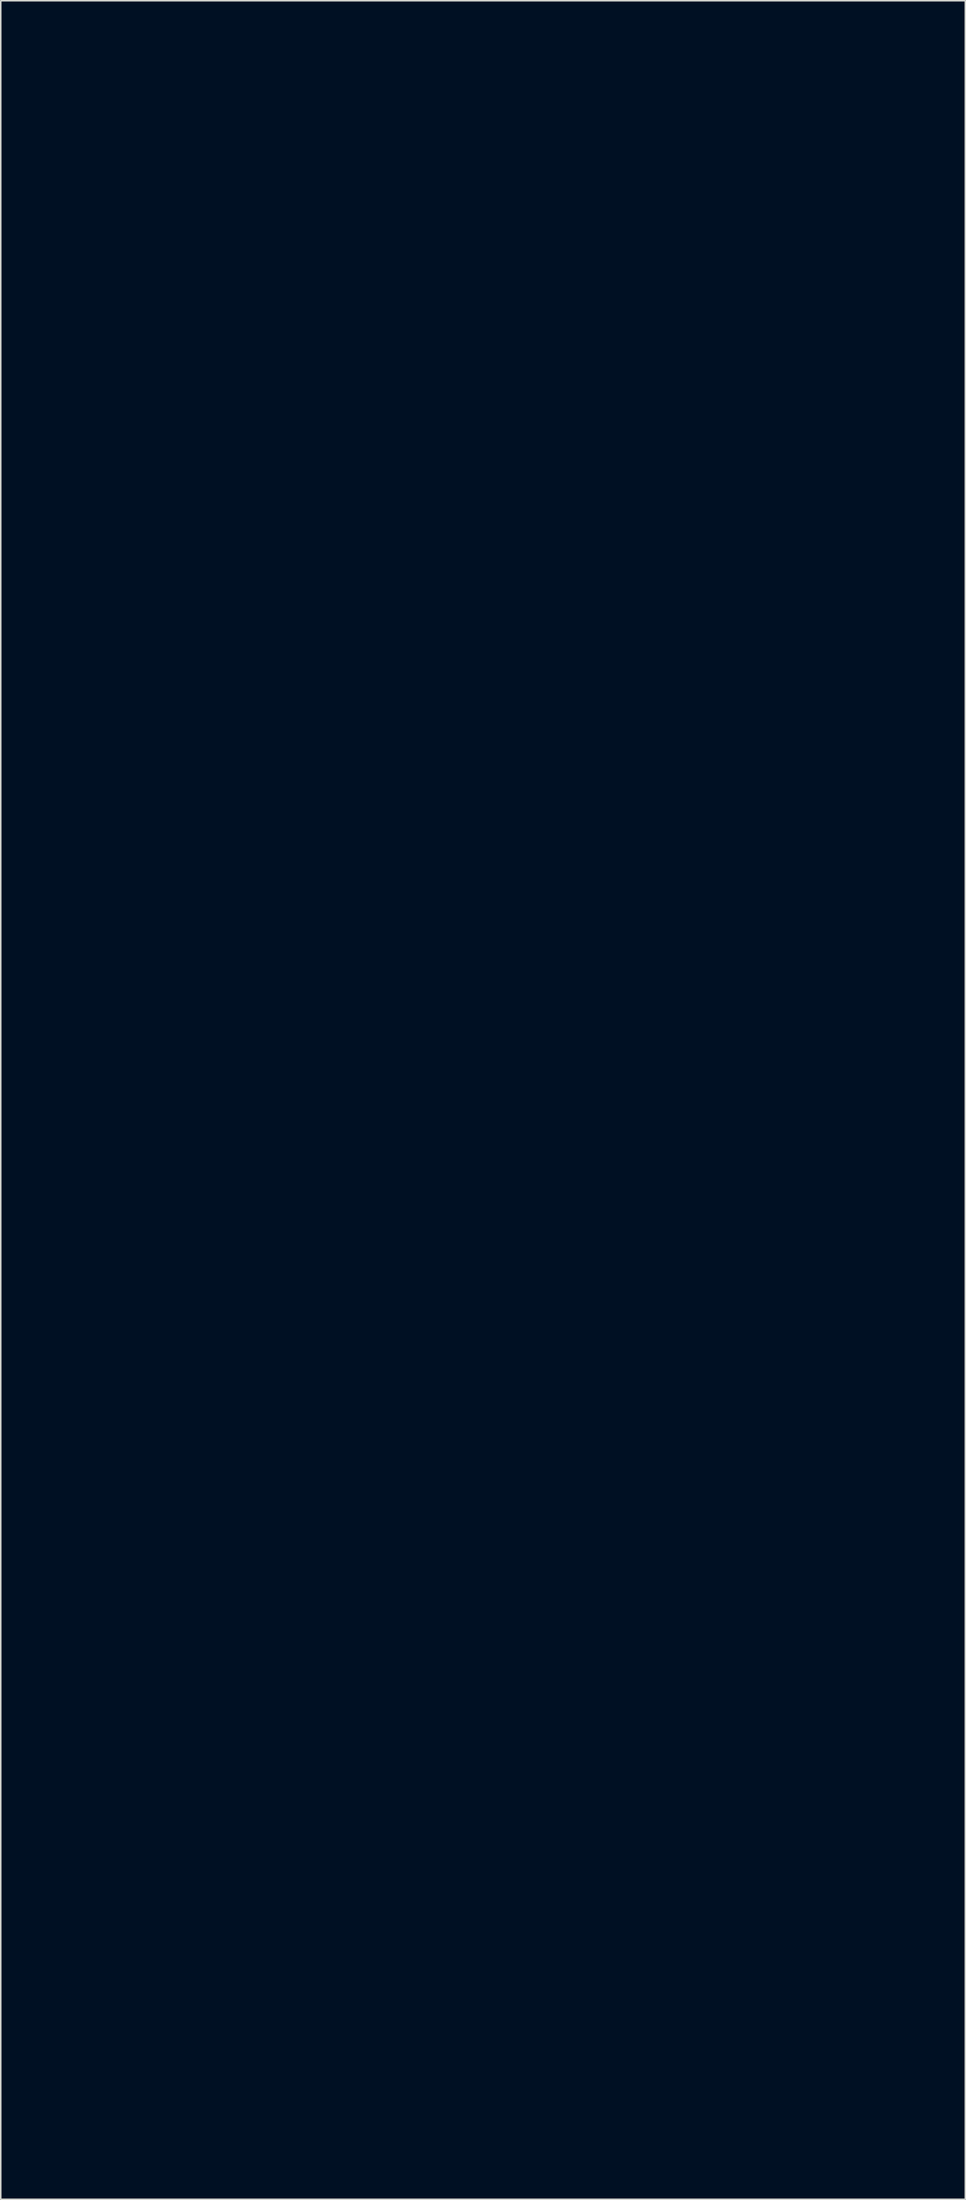
<source format=kicad_pcb>
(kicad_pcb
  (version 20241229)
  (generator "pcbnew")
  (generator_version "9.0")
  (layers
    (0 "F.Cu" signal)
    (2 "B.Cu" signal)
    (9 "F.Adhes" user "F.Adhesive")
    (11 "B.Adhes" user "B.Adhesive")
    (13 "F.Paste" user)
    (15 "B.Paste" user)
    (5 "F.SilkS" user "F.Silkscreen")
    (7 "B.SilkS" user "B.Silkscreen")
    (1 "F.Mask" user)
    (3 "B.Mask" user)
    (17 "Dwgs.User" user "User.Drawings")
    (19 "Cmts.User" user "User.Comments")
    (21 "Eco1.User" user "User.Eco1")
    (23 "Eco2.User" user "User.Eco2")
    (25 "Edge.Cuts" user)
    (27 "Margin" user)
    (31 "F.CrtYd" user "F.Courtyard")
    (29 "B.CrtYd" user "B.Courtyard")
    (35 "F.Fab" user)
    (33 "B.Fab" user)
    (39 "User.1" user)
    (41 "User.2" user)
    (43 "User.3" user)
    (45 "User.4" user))
  (footprint "OTC_topbot"
    (layer "F.Cu")
    (at 28.728 68.479)
    (property "Reference" "OTC_topbot" (at 0 0 0) (layer "F.Mask") (effects (font (size 1.524 1.524) (thickness 0.3))))
    (attr through_hole)
    (fp_poly (pts (xy -17.314 -62.759) (xy -18.267 -62.759) (xy -18.267 -66.463) (xy -17.314 -66.463) (xy -17.314 -62.759)) (stroke (width 0.01) (type solid)) (fill yes) (layer "F.Mask"))
    (fp_poly (pts (xy -17.314 -36.513) (xy -18.267 -36.513) (xy -18.267 -40.217) (xy -17.314 -40.217) (xy -17.314 -36.513)) (stroke (width 0.01) (type solid)) (fill yes) (layer "F.Mask"))
    (fp_poly (pts (xy -17.314 -27.75) (xy -18.267 -27.75) (xy -18.267 -31.475) (xy -17.314 -31.475) (xy -17.314 -27.75)) (stroke (width 0.01) (type solid)) (fill yes) (layer "F.Mask"))
    (fp_poly (pts (xy -17.314 -1.524) (xy -18.267 -1.524) (xy -18.267 -5.228) (xy -17.314 -5.228) (xy -17.314 -1.524)) (stroke (width 0.01) (type solid)) (fill yes) (layer "F.Mask"))
    (fp_poly (pts (xy -17.314 7.239) (xy -18.267 7.239) (xy -18.267 3.535) (xy -17.314 3.535) (xy -17.314 7.239)) (stroke (width 0.01) (type solid)) (fill yes) (layer "F.Mask"))
    (fp_poly (pts (xy -17.314 33.486) (xy -18.267 33.486) (xy -18.267 29.782) (xy -17.314 29.782) (xy -17.314 33.486)) (stroke (width 0.01) (type solid)) (fill yes) (layer "F.Mask"))
    (fp_poly (pts (xy -17.314 42.227) (xy -18.267 42.227) (xy -18.267 38.523) (xy -17.314 38.523) (xy -17.314 42.227)) (stroke (width 0.01) (type solid)) (fill yes) (layer "F.Mask"))
    (fp_poly (pts (xy -17.314 68.474) (xy -18.267 68.474) (xy -18.267 64.77) (xy -17.314 64.77) (xy -17.314 68.474)) (stroke (width 0.01) (type solid)) (fill yes) (layer "F.Mask"))
    (fp_poly (pts (xy -2.826 -51.012) (xy -6.519 -51.012) (xy -6.519 -51.964) (xy -2.826 -51.964) (xy -2.826 -51.012)) (stroke (width 0.01) (type solid)) (fill yes) (layer "F.Mask"))
    (fp_poly (pts (xy -2.826 53.975) (xy -6.519 53.975) (xy -6.519 53.023) (xy -2.826 53.023) (xy -2.826 53.975)) (stroke (width 0.01) (type solid)) (fill yes) (layer "F.Mask"))
    (fp_poly (pts (xy -2.815 18.986) (xy -6.519 18.986) (xy -6.519 18.034) (xy -2.815 18.034) (xy -2.815 18.986)) (stroke (width 0.01) (type solid)) (fill yes) (layer "F.Mask"))
    (fp_poly (pts (xy 4.17 -20.511) (xy 0.212 -20.511) (xy 0.212 -21.463) (xy 4.17 -21.463) (xy 4.17 -20.511)) (stroke (width 0.01) (type solid)) (fill yes) (layer "F.Mask"))
    (fp_poly (pts (xy 4.17 16.743) (xy 0.212 16.743) (xy 0.212 15.79) (xy 4.17 15.79) (xy 4.17 16.743)) (stroke (width 0.01) (type solid)) (fill yes) (layer "F.Mask"))
    (fp_poly (pts (xy 4.17 46.736) (xy 0.212 46.736) (xy 0.212 45.783) (xy 4.17 45.783) (xy 4.17 46.736)) (stroke (width 0.01) (type solid)) (fill yes) (layer "F.Mask"))
    (fp_poly (pts (xy 21.505 35.412) (xy 19.875 35.412) (xy 19.875 33.782) (xy 21.505 33.782) (xy 21.505 35.412)) (stroke (width 0.01) (type solid)) (fill yes) (layer "F.Mask"))
    (fp_poly (pts (xy -2.832 -16.494) (xy -2.838 -16.013) (xy -6.519 -16.013) (xy -6.519 -16.976) (xy -2.826 -16.976) (xy -2.832 -16.494)) (stroke (width 0.01) (type solid)) (fill yes) (layer "F.Mask"))
    (fp_poly (pts (xy -25.755 61.463) (xy -25.411 61.807) (xy -28.036 64.432) (xy -28.379 64.087) (xy -28.723 63.743) (xy -26.099 61.119) (xy -25.755 61.463)) (stroke (width 0.01) (type solid)) (fill yes) (layer "F.Mask"))
    (fp_poly (pts (xy -25.422 26.808) (xy -26.732 28.122) (xy -28.043 29.436) (xy -28.383 29.095) (xy -28.723 28.755) (xy -26.099 26.13) (xy -25.422 26.808)) (stroke (width 0.01) (type solid)) (fill yes) (layer "F.Mask"))
    (fp_poly (pts (xy -25.411 -59.796) (xy -25.749 -59.457) (xy -26.088 -59.119) (xy -27.4 -60.431) (xy -28.712 -61.743) (xy -28.035 -62.42) (xy -25.411 -59.796)) (stroke (width 0.01) (type solid)) (fill yes) (layer "F.Mask"))
    (fp_poly (pts (xy 4.17 -54.758) (xy 1.185 -54.758) (xy 1.185 -51.752) (xy 0.212 -51.752) (xy 0.212 -55.711) (xy 4.17 -55.711) (xy 4.17 -54.758)) (stroke (width 0.01) (type solid)) (fill yes) (layer "F.Mask"))
    (fp_poly (pts (xy 26.67 -54.272) (xy 24.437 -54.261) (xy 24.426 -52.007) (xy 23.728 -52.007) (xy 23.728 -54.97) (xy 26.67 -54.97) (xy 26.67 -54.272)) (stroke (width 0.01) (type solid)) (fill yes) (layer "F.Mask"))
    (fp_poly (pts (xy -26.723 8.89) (xy -25.411 10.202) (xy -26.088 10.88) (xy -27.4 9.567) (xy -28.712 8.255) (xy -28.374 7.916) (xy -28.035 7.578) (xy -26.723 8.89)) (stroke (width 0.01) (type solid)) (fill yes) (layer "F.Mask"))
    (fp_poly (pts (xy -8.181 -42.545) (xy -6.869 -41.233) (xy -7.546 -40.555) (xy -8.858 -41.868) (xy -10.17 -43.18) (xy -9.832 -43.519) (xy -9.493 -43.857) (xy -8.181 -42.545)) (stroke (width 0.01) (type solid)) (fill yes) (layer "F.Mask"))
    (fp_poly (pts (xy -7.207 7.916) (xy -6.869 8.255) (xy -8.181 9.567) (xy -9.494 10.88) (xy -10.17 10.202) (xy -8.858 8.89) (xy -7.546 7.578) (xy -7.207 7.916)) (stroke (width 0.01) (type solid)) (fill yes) (layer "F.Mask"))
    (fp_poly (pts (xy -7.207 42.905) (xy -6.869 43.244) (xy -8.181 44.556) (xy -9.494 45.868) (xy -10.17 45.191) (xy -8.858 43.878) (xy -7.546 42.566) (xy -7.207 42.905)) (stroke (width 0.01) (type solid)) (fill yes) (layer "F.Mask"))
    (fp_poly (pts (xy -6.869 63.754) (xy -7.207 64.093) (xy -7.546 64.431) (xy -8.858 63.119) (xy -10.17 61.807) (xy -9.832 61.468) (xy -9.493 61.129) (xy -6.869 63.754)) (stroke (width 0.01) (type solid)) (fill yes) (layer "F.Mask"))
    (fp_poly (pts (xy -25.764 -43.521) (xy -25.425 -43.179) (xy -26.73 -41.866) (xy -28.035 -40.554) (xy -28.379 -40.898) (xy -28.723 -41.243) (xy -27.413 -42.553) (xy -26.104 -43.863) (xy -25.764 -43.521)) (stroke (width 0.01) (type solid)) (fill yes) (layer "F.Mask"))
    (fp_poly (pts (xy 4.17 -50.25) (xy 1.185 -50.25) (xy 1.185 -48.218) (xy 4.17 -48.218) (xy 4.17 -47.265) (xy 0.212 -47.265) (xy 0.212 -51.223) (xy 4.17 -51.223) (xy 4.17 -50.25)) (stroke (width 0.01) (type solid)) (fill yes) (layer "F.Mask"))
    (fp_poly (pts (xy 4.17 -11.515) (xy 3.218 -11.515) (xy 3.212 -13.012) (xy 3.207 -14.51) (xy 1.175 -14.51) (xy 1.175 -11.515) (xy 0.212 -11.515) (xy 0.212 -15.473) (xy 4.17 -15.473) (xy 4.17 -11.515)) (stroke (width 0.01) (type solid)) (fill yes) (layer "F.Mask"))
    (fp_poly (pts (xy 4.17 25.739) (xy 3.217 25.739) (xy 3.217 24.236) (xy 0.212 24.236) (xy 0.212 23.284) (xy 1.709 23.278) (xy 3.207 23.273) (xy 3.218 21.78) (xy 4.17 21.78) (xy 4.17 25.739)) (stroke (width 0.01) (type solid)) (fill yes) (layer "F.Mask"))
    (fp_poly (pts (xy 4.17 45.233) (xy 3.218 45.233) (xy 3.207 43.741) (xy 1.709 43.735) (xy 0.212 43.73) (xy 0.212 42.778) (xy 1.709 42.773) (xy 3.207 42.767) (xy 3.218 41.275) (xy 4.17 41.275) (xy 4.17 45.233)) (stroke (width 0.01) (type solid)) (fill yes) (layer "F.Mask"))
    (fp_poly (pts (xy 17.674 -62.124) (xy 16.976 -62.124) (xy 16.971 -62.69) (xy 16.965 -63.257) (xy 15.849 -63.262) (xy 14.732 -63.268) (xy 14.732 -63.966) (xy 16.976 -63.966) (xy 16.976 -65.088) (xy 17.674 -65.088) (xy 17.674 -62.124)) (stroke (width 0.01) (type solid)) (fill yes) (layer "F.Mask"))
    (fp_poly (pts (xy 17.674 -55.372) (xy 14.732 -55.372) (xy 14.732 -56.092) (xy 16.976 -56.092) (xy 16.971 -56.859) (xy 16.965 -57.626) (xy 15.849 -57.632) (xy 14.732 -57.637) (xy 14.732 -58.335) (xy 17.674 -58.335) (xy 17.674 -55.372)) (stroke (width 0.01) (type solid)) (fill yes) (layer "F.Mask"))
    (fp_poly (pts (xy 4.17 -56.261) (xy 0.212 -56.261) (xy 0.212 -59.245) (xy 1.185 -59.245) (xy 1.185 -57.214) (xy 3.217 -57.214) (xy 3.217 -59.245) (xy 1.185 -59.245) (xy 0.212 -59.245) (xy 0.212 -60.219) (xy 4.17 -60.219) (xy 4.17 -56.261)) (stroke (width 0.01) (type solid)) (fill yes) (layer "F.Mask"))
    (fp_poly (pts (xy 4.17 15.24) (xy 3.217 15.24) (xy 3.217 12.234) (xy 1.185 12.234) (xy 1.185 14.266) (xy 1.714 14.266) (xy 1.714 12.785) (xy 2.667 12.785) (xy 2.667 15.24) (xy 0.212 15.24) (xy 0.212 11.282) (xy 4.17 11.282) (xy 4.17 15.24)) (stroke (width 0.01) (type solid)) (fill yes) (layer "F.Mask"))
    (fp_poly (pts (xy 4.17 51.223) (xy 0.212 51.223) (xy 0.212 50.271) (xy 3.217 50.271) (xy 3.217 49.742) (xy 0.212 49.742) (xy 0.212 48.768) (xy 3.217 48.768) (xy 3.217 48.239) (xy 0.212 48.239) (xy 0.212 47.265) (xy 4.17 47.265) (xy 4.17 51.223)) (stroke (width 0.01) (type solid)) (fill yes) (layer "F.Mask"))
    (fp_poly (pts (xy 15.441 -66.22) (xy 15.843 -66.22) (xy 15.854 -68.474) (xy 17.674 -68.474) (xy 17.674 -65.511) (xy 16.976 -65.511) (xy 16.976 -67.754) (xy 16.552 -67.754) (xy 16.552 -65.511) (xy 14.732 -65.511) (xy 14.732 -68.474) (xy 15.43 -68.474) (xy 15.441 -66.22)) (stroke (width 0.01) (type solid)) (fill yes) (layer "F.Mask"))
    (fp_poly (pts (xy 26.67 -47.52) (xy 25.559 -47.509) (xy 25.548 -45.974) (xy 26.67 -45.974) (xy 26.67 -45.254) (xy 24.85 -45.254) (xy 24.85 -46.376) (xy 23.728 -46.376) (xy 23.728 -47.096) (xy 24.85 -47.096) (xy 24.85 -48.218) (xy 26.67 -48.218) (xy 26.67 -47.52)) (stroke (width 0.01) (type solid)) (fill yes) (layer "F.Mask"))
    (fp_poly (pts (xy 4.17 -10.012) (xy 3.424 -10.007) (xy 2.678 -10.001) (xy 2.667 -7.98) (xy 4.17 -7.98) (xy 4.17 -7.006) (xy 0.212 -7.006) (xy 0.212 -7.98) (xy 1.714 -7.98) (xy 1.714 -10.012) (xy 0.212 -10.012) (xy 0.212 -10.964) (xy 4.17 -10.964) (xy 4.17 -10.012)) (stroke (width 0.01) (type solid)) (fill yes) (layer "F.Mask"))
    (fp_poly (pts (xy 4.17 30.226) (xy 3.217 30.226) (xy 3.217 27.241) (xy 2.667 27.241) (xy 2.667 30.226) (xy 1.714 30.226) (xy 1.714 27.24) (xy 1.175 27.252) (xy 1.169 28.739) (xy 1.164 30.226) (xy 0.212 30.226) (xy 0.212 26.268) (xy 4.17 26.268) (xy 4.17 30.226)) (stroke (width 0.01) (type solid)) (fill yes) (layer "F.Mask"))
    (fp_poly (pts (xy 17.674 -47.52) (xy 16.563 -47.509) (xy 16.557 -46.741) (xy 16.552 -45.974) (xy 17.674 -45.974) (xy 17.674 -45.254) (xy 15.854 -45.254) (xy 15.854 -46.376) (xy 14.732 -46.376) (xy 14.732 -47.096) (xy 15.854 -47.096) (xy 15.854 -48.218) (xy 17.674 -48.218) (xy 17.674 -47.52)) (stroke (width 0.01) (type solid)) (fill yes) (layer "F.Mask"))
    (fp_poly (pts (xy 1.185 20.278) (xy 1.714 20.278) (xy 1.714 17.272) (xy 4.17 17.272) (xy 4.17 21.23) (xy 3.217 21.23) (xy 3.217 18.244) (xy 2.947 18.25) (xy 2.678 18.256) (xy 2.672 19.743) (xy 2.667 21.23) (xy 0.212 21.23) (xy 0.212 17.272) (xy 1.185 17.272) (xy 1.185 20.278)) (stroke (width 0.01) (type solid)) (fill yes) (layer "F.Mask"))
    (fp_poly (pts (xy 4.17 -42.757) (xy 0.212 -42.757) (xy 0.212 -43.709) (xy 1.709 -43.714) (xy 3.207 -43.72) (xy 3.219 -44.26) (xy 0.212 -44.26) (xy 0.212 -45.212) (xy 1.709 -45.217) (xy 3.207 -45.223) (xy 3.207 -45.752) (xy 0.212 -45.763) (xy 0.212 -46.715) (xy 4.17 -46.715) (xy 4.17 -42.757)) (stroke (width 0.01) (type solid)) (fill yes) (layer "F.Mask"))
    (fp_poly (pts (xy 4.17 64.728) (xy 3.218 64.728) (xy 3.212 63.23) (xy 3.207 61.733) (xy 2.678 61.733) (xy 2.672 63.23) (xy 2.667 64.728) (xy 1.714 64.728) (xy 1.714 61.721) (xy 1.175 61.733) (xy 1.169 63.23) (xy 1.164 64.728) (xy 0.212 64.728) (xy 0.212 60.77) (xy 4.17 60.77) (xy 4.17 64.728)) (stroke (width 0.01) (type solid)) (fill yes) (layer "F.Mask"))
    (fp_poly (pts (xy 4.17 10.732) (xy 3.218 10.732) (xy 3.212 9.234) (xy 3.207 7.736) (xy 2.678 7.736) (xy 2.672 9.234) (xy 2.667 10.732) (xy 1.715 10.732) (xy 1.709 9.234) (xy 1.704 7.736) (xy 1.196 7.736) (xy 1.19 9.234) (xy 1.185 10.732) (xy 0.212 10.732) (xy 0.212 6.773) (xy 4.17 6.773) (xy 4.17 10.732)) (stroke (width 0.01) (type solid)) (fill yes) (layer "F.Mask"))
    (fp_poly (pts (xy 4.17 -38.259) (xy 3.217 -38.259) (xy 3.217 -41.255) (xy 2.947 -41.249) (xy 2.678 -41.243) (xy 2.667 -39.751) (xy 2.656 -38.259) (xy 1.714 -38.259) (xy 1.714 -39.757) (xy 1.714 -41.255) (xy 1.445 -41.249) (xy 1.175 -41.243) (xy 1.164 -39.751) (xy 1.154 -38.259) (xy 0.212 -38.259) (xy 0.212 -42.227) (xy 4.17 -42.227) (xy 4.17 -38.259)) (stroke (width 0.01) (type solid)) (fill yes) (layer "F.Mask"))
    (fp_poly (pts (xy 17.679 -53.853) (xy 17.674 -52.737) (xy 16.944 -52.007) (xy 15.462 -52.007) (xy 14.732 -52.737) (xy 14.732 -53.056) (xy 15.43 -53.056) (xy 15.604 -52.88) (xy 15.779 -52.705) (xy 16.645 -52.705) (xy 16.976 -53.037) (xy 16.971 -53.649) (xy 16.965 -54.261) (xy 15.441 -54.261) (xy 15.435 -53.658) (xy 15.43 -53.056) (xy 14.732 -53.056) (xy 14.732 -54.97) (xy 16.208 -54.97) (xy 17.685 -54.97) (xy 17.679 -53.853)) (stroke (width 0.01) (type solid)) (fill yes) (layer "F.Mask"))
    (fp_poly (pts (xy -25.76 -8.52) (xy -25.421 -8.181) (xy -26.728 -6.874) (xy -26.923 -6.679) (xy -27.11 -6.493) (xy -27.286 -6.317) (xy -27.449 -6.155) (xy -27.596 -6.008) (xy -27.727 -5.879) (xy -27.838 -5.769) (xy -27.928 -5.68) (xy -27.994 -5.616) (xy -28.034 -5.578) (xy -28.046 -5.567) (xy -28.063 -5.581) (xy -28.106 -5.621) (xy -28.17 -5.683) (xy -28.251 -5.762) (xy -28.343 -5.854) (xy -28.39 -5.9) (xy -28.723 -6.234) (xy -26.099 -8.858) (xy -25.76 -8.52)) (stroke (width 0.01) (type solid)) (fill yes) (layer "F.Mask"))
    (fp_poly (pts (xy -25.421 -24.797) (xy -25.754 -24.464) (xy -25.851 -24.367) (xy -25.938 -24.281) (xy -26.01 -24.211) (xy -26.063 -24.16) (xy -26.094 -24.133) (xy -26.098 -24.13) (xy -26.115 -24.145) (xy -26.159 -24.187) (xy -26.228 -24.255) (xy -26.321 -24.347) (xy -26.435 -24.46) (xy -26.569 -24.592) (xy -26.719 -24.741) (xy -26.884 -24.906) (xy -27.061 -25.083) (xy -27.249 -25.27) (xy -27.416 -25.437) (xy -28.723 -26.744) (xy -28.385 -27.083) (xy -28.046 -27.421) (xy -25.421 -24.797)) (stroke (width 0.01) (type solid)) (fill yes) (layer "F.Mask"))
    (fp_poly (pts (xy -26.725 43.881) (xy -25.417 45.197) (xy -25.752 45.533) (xy -25.85 45.629) (xy -25.937 45.715) (xy -26.009 45.786) (xy -26.063 45.837) (xy -26.093 45.865) (xy -26.098 45.868) (xy -26.115 45.854) (xy -26.159 45.811) (xy -26.228 45.743) (xy -26.321 45.651) (xy -26.435 45.538) (xy -26.569 45.406) (xy -26.719 45.257) (xy -26.884 45.093) (xy -27.061 44.916) (xy -27.249 44.728) (xy -27.416 44.561) (xy -28.723 43.254) (xy -28.378 42.909) (xy -28.034 42.565) (xy -26.725 43.881)) (stroke (width 0.01) (type solid)) (fill yes) (layer "F.Mask"))
    (fp_poly (pts (xy -8.181 27.453) (xy -6.869 28.765) (xy -7.197 29.093) (xy -7.293 29.189) (xy -7.381 29.274) (xy -7.454 29.344) (xy -7.509 29.393) (xy -7.54 29.419) (xy -7.546 29.422) (xy -7.564 29.407) (xy -7.609 29.365) (xy -7.68 29.296) (xy -7.774 29.205) (xy -7.89 29.092) (xy -8.024 28.959) (xy -8.175 28.81) (xy -8.341 28.646) (xy -8.519 28.469) (xy -8.707 28.281) (xy -8.869 28.12) (xy -10.17 26.818) (xy -9.832 26.48) (xy -9.493 26.141) (xy -8.181 27.453)) (stroke (width 0.01) (type solid)) (fill yes) (layer "F.Mask"))
    (fp_poly (pts (xy -8.176 -7.551) (xy -6.858 -6.234) (xy -7.191 -5.9) (xy -7.288 -5.804) (xy -7.375 -5.718) (xy -7.447 -5.648) (xy -7.5 -5.597) (xy -7.53 -5.57) (xy -7.535 -5.567) (xy -7.551 -5.581) (xy -7.595 -5.624) (xy -7.665 -5.692) (xy -7.758 -5.784) (xy -7.872 -5.897) (xy -8.006 -6.029) (xy -8.156 -6.178) (xy -8.321 -6.343) (xy -8.499 -6.52) (xy -8.687 -6.708) (xy -8.858 -6.879) (xy -10.17 -8.191) (xy -9.832 -8.53) (xy -9.494 -8.869) (xy -8.176 -7.551)) (stroke (width 0.01) (type solid)) (fill yes) (layer "F.Mask"))
    (fp_poly (pts (xy -7.207 -62.082) (xy -6.869 -61.745) (xy -8.172 -60.432) (xy -8.367 -60.236) (xy -8.553 -60.049) (xy -8.728 -59.873) (xy -8.89 -59.71) (xy -9.038 -59.562) (xy -9.168 -59.432) (xy -9.279 -59.322) (xy -9.368 -59.233) (xy -9.433 -59.168) (xy -9.473 -59.129) (xy -9.485 -59.118) (xy -9.502 -59.133) (xy -9.544 -59.173) (xy -9.608 -59.235) (xy -9.688 -59.314) (xy -9.781 -59.406) (xy -9.832 -59.457) (xy -10.17 -59.796) (xy -8.858 -61.108) (xy -7.546 -62.42) (xy -7.207 -62.082)) (stroke (width 0.01) (type solid)) (fill yes) (layer "F.Mask"))
    (fp_poly (pts (xy 26.67 -55.372) (xy 24.85 -55.372) (xy 24.844 -56.551) (xy 25.552 -56.551) (xy 25.552 -56.408) (xy 25.553 -56.289) (xy 25.554 -56.197) (xy 25.556 -56.138) (xy 25.558 -56.118) (xy 25.579 -56.104) (xy 25.634 -56.096) (xy 25.725 -56.092) (xy 25.77 -56.092) (xy 25.972 -56.092) (xy 25.966 -56.859) (xy 25.961 -57.626) (xy 25.559 -57.626) (xy 25.553 -56.886) (xy 25.552 -56.712) (xy 25.552 -56.551) (xy 24.844 -56.551) (xy 24.839 -57.626) (xy 24.283 -57.632) (xy 23.728 -57.638) (xy 23.728 -58.335) (xy 26.67 -58.335) (xy 26.67 -55.372)) (stroke (width 0.01) (type solid)) (fill yes) (layer "F.Mask"))
    (fp_poly (pts (xy 17.674 -58.759) (xy 14.732 -58.759) (xy 14.732 -59.456) (xy 15.843 -59.468) (xy 15.849 -60.235) (xy 15.854 -61.002) (xy 16.552 -61.002) (xy 16.552 -60.244) (xy 16.553 -60.069) (xy 16.554 -59.907) (xy 16.556 -59.764) (xy 16.558 -59.643) (xy 16.561 -59.551) (xy 16.564 -59.492) (xy 16.567 -59.471) (xy 16.594 -59.465) (xy 16.652 -59.461) (xy 16.732 -59.461) (xy 16.774 -59.462) (xy 16.965 -59.468) (xy 16.971 -60.235) (xy 16.976 -61.002) (xy 16.552 -61.002) (xy 15.854 -61.002) (xy 14.732 -61.002) (xy 14.732 -61.722) (xy 17.674 -61.722) (xy 17.674 -58.759)) (stroke (width 0.01) (type solid)) (fill yes) (layer "F.Mask"))
    (fp_poly (pts (xy 4.17 -22.013) (xy 1.715 -22.013) (xy 1.709 -23.511) (xy 1.709 -23.623) (xy 2.671 -23.623) (xy 2.671 -23.45) (xy 2.671 -23.299) (xy 2.672 -23.173) (xy 2.673 -23.077) (xy 2.675 -23.015) (xy 2.677 -22.992) (xy 2.693 -22.98) (xy 2.733 -22.972) (xy 2.803 -22.969) (xy 2.909 -22.97) (xy 2.947 -22.97) (xy 3.207 -22.976) (xy 3.207 -25.008) (xy 2.678 -25.008) (xy 2.672 -24.014) (xy 2.671 -23.812) (xy 2.671 -23.623) (xy 1.709 -23.623) (xy 1.704 -25.008) (xy 0.958 -25.014) (xy 0.212 -25.02) (xy 0.212 -25.971) (xy 4.17 -25.971) (xy 4.17 -22.013)) (stroke (width 0.01) (type solid)) (fill yes) (layer "F.Mask"))
    (fp_poly (pts (xy 4.17 -16.013) (xy 3.217 -16.013) (xy 3.217 -16.756) (xy 3.217 -16.955) (xy 3.217 -17.116) (xy 3.215 -17.243) (xy 3.213 -17.339) (xy 3.21 -17.41) (xy 3.206 -17.458) (xy 3.2 -17.489) (xy 3.193 -17.506) (xy 3.184 -17.513) (xy 3.184 -17.513) (xy 3.158 -17.515) (xy 3.092 -17.517) (xy 2.992 -17.519) (xy 2.86 -17.521) (xy 2.699 -17.522) (xy 2.514 -17.524) (xy 2.307 -17.525) (xy 2.083 -17.526) (xy 1.844 -17.526) (xy 1.681 -17.526) (xy 0.212 -17.526) (xy 0.212 -18.479) (xy 3.217 -18.479) (xy 3.217 -19.981) (xy 4.17 -19.981) (xy 4.17 -16.013)) (stroke (width 0.01) (type solid)) (fill yes) (layer "F.Mask"))
    (fp_poly (pts (xy 3.102 -64.707) (xy 4.17 -64.707) (xy 4.17 -63.754) (xy 3.307 -63.754) (xy 2.444 -63.754) (xy 1.942 -63.251) (xy 1.822 -63.131) (xy 1.713 -63.021) (xy 1.618 -62.924) (xy 1.539 -62.843) (xy 1.481 -62.783) (xy 1.447 -62.747) (xy 1.439 -62.737) (xy 1.454 -62.72) (xy 1.495 -62.676) (xy 1.559 -62.61) (xy 1.643 -62.525) (xy 1.742 -62.424) (xy 1.855 -62.311) (xy 1.942 -62.224) (xy 2.445 -61.722) (xy 3.307 -61.722) (xy 4.17 -61.722) (xy 4.17 -60.748) (xy 2.042 -60.748) (xy 1.053 -61.738) (xy 0.064 -62.727) (xy 1.049 -63.717) (xy 2.035 -64.707) (xy 3.102 -64.707)) (stroke (width 0.01) (type solid)) (fill yes) (layer "F.Mask"))
    (fp_poly (pts (xy 26.67 -48.641) (xy 23.728 -48.641) (xy 23.728 -49.339) (xy 24.839 -49.35) (xy 24.842 -49.799) (xy 25.552 -49.799) (xy 25.552 -49.656) (xy 25.553 -49.536) (xy 25.554 -49.444) (xy 25.556 -49.385) (xy 25.558 -49.365) (xy 25.576 -49.352) (xy 25.621 -49.344) (xy 25.698 -49.343) (xy 25.765 -49.344) (xy 25.961 -49.35) (xy 25.966 -50.118) (xy 25.972 -50.886) (xy 25.765 -50.88) (xy 25.559 -50.874) (xy 25.553 -50.133) (xy 25.552 -49.96) (xy 25.552 -49.799) (xy 24.842 -49.799) (xy 24.845 -50.117) (xy 24.85 -50.885) (xy 23.728 -50.885) (xy 23.728 -51.604) (xy 26.67 -51.604) (xy 26.67 -48.641)) (stroke (width 0.01) (type solid)) (fill yes) (layer "F.Mask"))
    (fp_poly (pts (xy -24.856 -29.685) (xy -24.843 -29.662) (xy -24.813 -29.608) (xy -24.766 -29.526) (xy -24.707 -29.423) (xy -24.638 -29.303) (xy -24.561 -29.171) (xy -24.555 -29.159) (xy -24.261 -28.653) (xy -24.571 -28.475) (xy -24.683 -28.41) (xy -24.791 -28.348) (xy -24.886 -28.293) (xy -24.958 -28.252) (xy -24.987 -28.235) (xy -25.093 -28.175) (xy -25.358 -28.633) (xy -25.433 -28.762) (xy -25.502 -28.883) (xy -25.563 -28.99) (xy -25.612 -29.075) (xy -25.645 -29.135) (xy -25.658 -29.157) (xy -25.694 -29.224) (xy -25.278 -29.465) (xy -25.159 -29.533) (xy -25.053 -29.592) (xy -24.964 -29.638) (xy -24.899 -29.671) (xy -24.862 -29.685) (xy -24.856 -29.685)) (stroke (width 0.01) (type solid)) (fill yes) (layer "F.Mask"))
    (fp_poly (pts (xy 4.17 34.734) (xy 1.714 34.734) (xy 1.714 34.364) (xy 1.714 34.244) (xy 1.711 34.14) (xy 1.708 34.06) (xy 1.703 34.009) (xy 1.699 33.994) (xy 1.681 34.008) (xy 1.636 34.049) (xy 1.569 34.113) (xy 1.483 34.196) (xy 1.382 34.296) (xy 1.27 34.407) (xy 1.196 34.48) (xy 0.709 34.967) (xy 0.37 34.628) (xy 0.031 34.289) (xy 0.873 33.449) (xy 1.714 32.608) (xy 1.714 31.729) (xy 2.688 31.729) (xy 2.688 33.782) (xy 3.217 33.782) (xy 3.217 31.729) (xy 2.688 31.729) (xy 1.714 31.729) (xy 0.233 31.729) (xy 0.233 30.776) (xy 4.17 30.776) (xy 4.17 34.734)) (stroke (width 0.01) (type solid)) (fill yes) (layer "F.Mask"))
    (fp_poly (pts (xy -24.861 40.319) (xy -24.83 40.367) (xy -24.785 40.441) (xy -24.729 40.535) (xy -24.665 40.642) (xy -24.596 40.759) (xy -24.526 40.877) (xy -24.459 40.994) (xy -24.396 41.101) (xy -24.343 41.195) (xy -24.301 41.268) (xy -24.275 41.317) (xy -24.268 41.334) (xy -24.285 41.346) (xy -24.334 41.376) (xy -24.41 41.421) (xy -24.506 41.478) (xy -24.619 41.544) (xy -24.681 41.58) (xy -25.094 41.818) (xy -25.337 41.394) (xy -25.41 41.267) (xy -25.48 41.145) (xy -25.542 41.037) (xy -25.593 40.948) (xy -25.628 40.887) (xy -25.638 40.87) (xy -25.696 40.77) (xy -25.292 40.536) (xy -25.174 40.467) (xy -25.068 40.407) (xy -24.98 40.358) (xy -24.915 40.322) (xy -24.879 40.303) (xy -24.874 40.301) (xy -24.861 40.319)) (stroke (width 0.01) (type solid)) (fill yes) (layer "F.Mask"))
    (fp_poly (pts (xy -24.817 5.373) (xy -24.735 5.515) (xy -24.641 5.677) (xy -24.544 5.846) (xy -24.451 6.005) (xy -24.387 6.115) (xy -24.333 6.209) (xy -24.298 6.273) (xy -24.281 6.314) (xy -24.278 6.339) (xy -24.287 6.355) (xy -24.294 6.361) (xy -24.327 6.381) (xy -24.388 6.417) (xy -24.47 6.465) (xy -24.566 6.522) (xy -24.67 6.582) (xy -24.775 6.642) (xy -24.873 6.698) (xy -24.958 6.746) (xy -25.023 6.783) (xy -25.061 6.803) (xy -25.067 6.806) (xy -25.091 6.794) (xy -25.127 6.751) (xy -25.162 6.694) (xy -25.193 6.639) (xy -25.242 6.554) (xy -25.302 6.448) (xy -25.371 6.329) (xy -25.444 6.203) (xy -25.462 6.172) (xy -25.693 5.772) (xy -25.277 5.533) (xy -24.862 5.295) (xy -24.817 5.373)) (stroke (width 0.01) (type solid)) (fill yes) (layer "F.Mask"))
    (fp_poly (pts (xy -10.478 -4.781) (xy -10.448 -4.731) (xy -10.404 -4.654) (xy -10.349 -4.558) (xy -10.285 -4.447) (xy -10.266 -4.413) (xy -10.194 -4.288) (xy -10.124 -4.166) (xy -10.06 -4.055) (xy -10.006 -3.963) (xy -9.969 -3.9) (xy -9.967 -3.896) (xy -9.887 -3.76) (xy -10.167 -3.598) (xy -10.279 -3.534) (xy -10.39 -3.47) (xy -10.49 -3.413) (xy -10.568 -3.369) (xy -10.584 -3.359) (xy -10.721 -3.283) (xy -10.969 -3.71) (xy -11.043 -3.838) (xy -11.112 -3.96) (xy -11.174 -4.067) (xy -11.225 -4.155) (xy -11.26 -4.216) (xy -11.269 -4.234) (xy -11.323 -4.33) (xy -10.908 -4.568) (xy -10.789 -4.637) (xy -10.683 -4.697) (xy -10.595 -4.745) (xy -10.53 -4.781) (xy -10.495 -4.799) (xy -10.489 -4.801) (xy -10.478 -4.781)) (stroke (width 0.01) (type solid)) (fill yes) (layer "F.Mask"))
    (fp_poly (pts (xy -5.121 60.266) (xy -4.987 60.343) (xy -4.865 60.413) (xy -4.761 60.474) (xy -4.679 60.521) (xy -4.623 60.554) (xy -4.598 60.568) (xy -4.597 60.569) (xy -4.603 60.584) (xy -4.625 60.626) (xy -4.664 60.697) (xy -4.721 60.799) (xy -4.798 60.932) (xy -4.894 61.099) (xy -4.988 61.26) (xy -5.071 61.402) (xy -5.557 61.121) (xy -5.688 61.046) (xy -5.809 60.976) (xy -5.914 60.916) (xy -5.998 60.868) (xy -6.055 60.835) (xy -6.079 60.821) (xy -6.089 60.815) (xy -6.096 60.809) (xy -6.098 60.798) (xy -6.093 60.779) (xy -6.08 60.748) (xy -6.056 60.702) (xy -6.02 60.636) (xy -5.97 60.547) (xy -5.904 60.432) (xy -5.82 60.286) (xy -5.743 60.152) (xy -5.638 59.969) (xy -5.121 60.266)) (stroke (width 0.01) (type solid)) (fill yes) (layer "F.Mask"))
    (fp_poly (pts (xy -5.622 24.989) (xy -5.572 25.015) (xy -5.497 25.057) (xy -5.402 25.11) (xy -5.294 25.172) (xy -5.177 25.239) (xy -5.058 25.309) (xy -4.942 25.377) (xy -4.835 25.441) (xy -4.741 25.497) (xy -4.668 25.542) (xy -4.62 25.572) (xy -4.604 25.585) (xy -4.614 25.609) (xy -4.643 25.663) (xy -4.687 25.743) (xy -4.743 25.844) (xy -4.809 25.96) (xy -4.881 26.086) (xy -4.957 26.216) (xy -4.989 26.27) (xy -5.071 26.41) (xy -5.515 26.154) (xy -5.644 26.079) (xy -5.765 26.009) (xy -5.871 25.948) (xy -5.958 25.898) (xy -6.017 25.863) (xy -6.038 25.851) (xy -6.116 25.804) (xy -5.881 25.396) (xy -5.813 25.277) (xy -5.752 25.172) (xy -5.701 25.085) (xy -5.664 25.021) (xy -5.644 24.986) (xy -5.641 24.981) (xy -5.622 24.989)) (stroke (width 0.01) (type solid)) (fill yes) (layer "F.Mask"))
    (fp_poly (pts (xy -7.525 -27.396) (xy -7.479 -27.356) (xy -7.413 -27.294) (xy -7.331 -27.215) (xy -7.237 -27.123) (xy -7.191 -27.077) (xy -6.858 -26.744) (xy -8.165 -25.437) (xy -8.36 -25.242) (xy -8.547 -25.056) (xy -8.723 -24.88) (xy -8.886 -24.718) (xy -9.034 -24.571) (xy -9.164 -24.442) (xy -9.275 -24.332) (xy -9.365 -24.244) (xy -9.431 -24.179) (xy -9.471 -24.141) (xy -9.483 -24.13) (xy -9.5 -24.144) (xy -9.543 -24.184) (xy -9.607 -24.246) (xy -9.688 -24.325) (xy -9.781 -24.417) (xy -9.832 -24.469) (xy -10.17 -24.808) (xy -8.869 -26.109) (xy -8.674 -26.304) (xy -8.487 -26.49) (xy -8.311 -26.665) (xy -8.148 -26.826) (xy -8 -26.973) (xy -7.868 -27.102) (xy -7.756 -27.212) (xy -7.666 -27.299) (xy -7.599 -27.363) (xy -7.558 -27.401) (xy -7.546 -27.411) (xy -7.525 -27.396)) (stroke (width 0.01) (type solid)) (fill yes) (layer "F.Mask"))
    (fp_poly (pts (xy 4.17 55.223) (xy 3.424 55.229) (xy 2.678 55.234) (xy 2.672 55.483) (xy 2.666 55.732) (xy 0.212 55.732) (xy 0.212 54.123) (xy 1.168 54.123) (xy 1.168 54.295) (xy 1.168 54.446) (xy 1.169 54.572) (xy 1.171 54.668) (xy 1.172 54.73) (xy 1.174 54.754) (xy 1.19 54.765) (xy 1.23 54.773) (xy 1.3 54.776) (xy 1.406 54.775) (xy 1.444 54.775) (xy 1.704 54.769) (xy 1.707 54.273) (xy 2.667 54.273) (xy 3.207 54.261) (xy 3.207 52.737) (xy 2.937 52.731) (xy 2.667 52.725) (xy 2.667 54.273) (xy 1.707 54.273) (xy 1.709 53.747) (xy 1.715 52.725) (xy 1.445 52.731) (xy 1.175 52.737) (xy 1.169 53.732) (xy 1.168 53.933) (xy 1.168 54.123) (xy 0.212 54.123) (xy 0.212 51.774) (xy 4.17 51.774) (xy 4.17 55.223)) (stroke (width 0.01) (type solid)) (fill yes) (layer "F.Mask"))
    (fp_poly (pts (xy -10.689 -29.68) (xy -10.636 -29.65) (xy -10.558 -29.606) (xy -10.459 -29.549) (xy -10.345 -29.484) (xy -10.295 -29.455) (xy -9.893 -29.223) (xy -10.187 -28.714) (xy -10.264 -28.581) (xy -10.335 -28.46) (xy -10.396 -28.355) (xy -10.445 -28.273) (xy -10.479 -28.217) (xy -10.495 -28.192) (xy -10.495 -28.192) (xy -10.517 -28.198) (xy -10.569 -28.223) (xy -10.648 -28.263) (xy -10.746 -28.317) (xy -10.859 -28.381) (xy -10.911 -28.411) (xy -11.029 -28.479) (xy -11.134 -28.54) (xy -11.22 -28.59) (xy -11.283 -28.627) (xy -11.317 -28.647) (xy -11.321 -28.65) (xy -11.313 -28.67) (xy -11.285 -28.724) (xy -11.24 -28.807) (xy -11.178 -28.917) (xy -11.101 -29.051) (xy -11.012 -29.206) (xy -10.913 -29.379) (xy -10.81 -29.555) (xy -10.769 -29.621) (xy -10.735 -29.67) (xy -10.714 -29.692) (xy -10.711 -29.692) (xy -10.689 -29.68)) (stroke (width 0.01) (type solid)) (fill yes) (layer "F.Mask"))
    (fp_poly (pts (xy -25.071 -4.793) (xy -25.015 -4.763) (xy -24.923 -4.712) (xy -24.795 -4.639) (xy -24.632 -4.544) (xy -24.434 -4.429) (xy -24.39 -4.403) (xy -24.258 -4.326) (xy -24.502 -3.904) (xy -24.576 -3.776) (xy -24.646 -3.655) (xy -24.708 -3.547) (xy -24.758 -3.459) (xy -24.792 -3.398) (xy -24.801 -3.381) (xy -24.834 -3.326) (xy -24.859 -3.29) (xy -24.869 -3.283) (xy -24.891 -3.294) (xy -24.942 -3.322) (xy -25.016 -3.365) (xy -25.105 -3.416) (xy -25.135 -3.434) (xy -25.245 -3.498) (xy -25.358 -3.564) (xy -25.46 -3.624) (xy -25.54 -3.67) (xy -25.542 -3.671) (xy -25.694 -3.759) (xy -25.566 -3.98) (xy -25.507 -4.082) (xy -25.435 -4.206) (xy -25.358 -4.339) (xy -25.284 -4.467) (xy -25.266 -4.498) (xy -25.209 -4.598) (xy -25.159 -4.685) (xy -25.12 -4.751) (xy -25.096 -4.792) (xy -25.091 -4.801) (xy -25.071 -4.793)) (stroke (width 0.01) (type solid)) (fill yes) (layer "F.Mask"))
    (fp_poly (pts (xy -25.068 -39.783) (xy -25.016 -39.755) (xy -24.938 -39.712) (xy -24.839 -39.656) (xy -24.726 -39.591) (xy -24.669 -39.559) (xy -24.261 -39.325) (xy -24.558 -38.808) (xy -24.636 -38.674) (xy -24.708 -38.553) (xy -24.771 -38.45) (xy -24.822 -38.369) (xy -24.859 -38.315) (xy -24.878 -38.292) (xy -24.879 -38.292) (xy -24.904 -38.303) (xy -24.959 -38.332) (xy -25.039 -38.376) (xy -25.139 -38.432) (xy -25.253 -38.497) (xy -25.294 -38.521) (xy -25.409 -38.589) (xy -25.511 -38.65) (xy -25.593 -38.703) (xy -25.651 -38.742) (xy -25.679 -38.764) (xy -25.681 -38.768) (xy -25.669 -38.793) (xy -25.639 -38.848) (xy -25.595 -38.927) (xy -25.54 -39.025) (xy -25.477 -39.135) (xy -25.41 -39.252) (xy -25.341 -39.371) (xy -25.275 -39.485) (xy -25.214 -39.59) (xy -25.161 -39.678) (xy -25.121 -39.745) (xy -25.095 -39.785) (xy -25.089 -39.793) (xy -25.068 -39.783)) (stroke (width 0.01) (type solid)) (fill yes) (layer "F.Mask"))
    (fp_poly (pts (xy -14.351 3.934) (xy -14.294 3.944) (xy -14.21 3.963) (xy -14.109 3.988) (xy -14.055 4.003) (xy -13.932 4.036) (xy -13.811 4.068) (xy -13.703 4.096) (xy -13.621 4.117) (xy -13.605 4.121) (xy -13.461 4.156) (xy -13.475 4.227) (xy -13.484 4.267) (xy -13.503 4.341) (xy -13.529 4.443) (xy -13.562 4.566) (xy -13.599 4.704) (xy -13.629 4.811) (xy -13.769 5.325) (xy -13.959 5.275) (xy -14.059 5.248) (xy -14.183 5.216) (xy -14.314 5.182) (xy -14.415 5.156) (xy -14.535 5.123) (xy -14.617 5.096) (xy -14.663 5.074) (xy -14.677 5.057) (xy -14.671 5.025) (xy -14.655 4.96) (xy -14.632 4.869) (xy -14.603 4.758) (xy -14.571 4.634) (xy -14.536 4.503) (xy -14.501 4.371) (xy -14.466 4.246) (xy -14.435 4.133) (xy -14.409 4.04) (xy -14.389 3.972) (xy -14.377 3.937) (xy -14.376 3.933) (xy -14.351 3.934)) (stroke (width 0.01) (type solid)) (fill yes) (layer "F.Mask"))
    (fp_poly (pts (xy -5.079 -24.372) (xy -5.065 -24.361) (xy -5.047 -24.337) (xy -5.02 -24.299) (xy -4.985 -24.242) (xy -4.938 -24.164) (xy -4.878 -24.061) (xy -4.802 -23.929) (xy -4.708 -23.766) (xy -4.642 -23.651) (xy -4.592 -23.564) (xy -5.109 -23.265) (xy -5.243 -23.187) (xy -5.364 -23.118) (xy -5.468 -23.058) (xy -5.551 -23.011) (xy -5.607 -22.98) (xy -5.632 -22.966) (xy -5.633 -22.966) (xy -5.646 -22.984) (xy -5.676 -23.032) (xy -5.719 -23.105) (xy -5.774 -23.198) (xy -5.826 -23.289) (xy -5.891 -23.401) (xy -5.952 -23.508) (xy -6.006 -23.6) (xy -6.046 -23.669) (xy -6.065 -23.7) (xy -6.118 -23.789) (xy -5.922 -23.903) (xy -5.723 -24.019) (xy -5.557 -24.115) (xy -5.422 -24.192) (xy -5.315 -24.254) (xy -5.233 -24.301) (xy -5.173 -24.335) (xy -5.132 -24.357) (xy -5.107 -24.37) (xy -5.099 -24.373) (xy -5.089 -24.375) (xy -5.079 -24.372)) (stroke (width 0.01) (type solid)) (fill yes) (layer "F.Mask"))
    (fp_poly (pts (xy -5.053 -59.367) (xy -5.053 -59.367) (xy -5.03 -59.33) (xy -4.992 -59.266) (xy -4.943 -59.182) (xy -4.886 -59.084) (xy -4.826 -58.98) (xy -4.766 -58.875) (xy -4.709 -58.775) (xy -4.66 -58.689) (xy -4.622 -58.621) (xy -4.599 -58.578) (xy -4.593 -58.567) (xy -4.611 -58.553) (xy -4.659 -58.522) (xy -4.732 -58.478) (xy -4.824 -58.424) (xy -4.905 -58.377) (xy -5.029 -58.306) (xy -5.159 -58.231) (xy -5.283 -58.159) (xy -5.388 -58.098) (xy -5.424 -58.077) (xy -5.631 -57.956) (xy -5.66 -58.003) (xy -5.68 -58.035) (xy -5.716 -58.098) (xy -5.767 -58.184) (xy -5.827 -58.288) (xy -5.893 -58.402) (xy -5.903 -58.418) (xy -6.116 -58.787) (xy -5.804 -58.966) (xy -5.68 -59.038) (xy -5.549 -59.114) (xy -5.423 -59.187) (xy -5.316 -59.249) (xy -5.281 -59.269) (xy -5.182 -59.325) (xy -5.114 -59.359) (xy -5.072 -59.373) (xy -5.053 -59.367)) (stroke (width 0.01) (type solid)) (fill yes) (layer "F.Mask"))
    (fp_poly (pts (xy -4.828 11.009) (xy -4.76 11.127) (xy -4.7 11.233) (xy -4.65 11.321) (xy -4.614 11.386) (xy -4.595 11.422) (xy -4.593 11.428) (xy -4.61 11.443) (xy -4.656 11.473) (xy -4.722 11.512) (xy -4.747 11.527) (xy -4.815 11.566) (xy -4.912 11.62) (xy -5.026 11.686) (xy -5.149 11.757) (xy -5.255 11.818) (xy -5.366 11.881) (xy -5.464 11.937) (xy -5.544 11.981) (xy -5.6 12.011) (xy -5.626 12.023) (xy -5.627 12.023) (xy -5.642 12.005) (xy -5.674 11.957) (xy -5.72 11.883) (xy -5.775 11.79) (xy -5.827 11.7) (xy -5.891 11.588) (xy -5.952 11.482) (xy -6.005 11.391) (xy -6.044 11.322) (xy -6.063 11.292) (xy -6.114 11.207) (xy -5.687 10.96) (xy -5.559 10.886) (xy -5.438 10.816) (xy -5.329 10.753) (xy -5.241 10.703) (xy -5.179 10.668) (xy -5.162 10.658) (xy -5.064 10.604) (xy -4.828 11.009)) (stroke (width 0.01) (type solid)) (fill yes) (layer "F.Mask"))
    (fp_poly (pts (xy 4.17 60.219) (xy 1.714 60.219) (xy 1.714 59.849) (xy 1.714 59.729) (xy 1.711 59.625) (xy 1.708 59.544) (xy 1.703 59.493) (xy 1.698 59.478) (xy 1.68 59.493) (xy 1.636 59.534) (xy 1.569 59.598) (xy 1.483 59.681) (xy 1.382 59.78) (xy 1.269 59.892) (xy 1.196 59.965) (xy 1.078 60.083) (xy 0.97 60.19) (xy 0.875 60.283) (xy 0.797 60.36) (xy 0.739 60.415) (xy 0.706 60.446) (xy 0.698 60.452) (xy 0.681 60.438) (xy 0.638 60.398) (xy 0.574 60.336) (xy 0.494 60.257) (xy 0.401 60.165) (xy 0.354 60.118) (xy 0.021 59.785) (xy 0.868 58.939) (xy 1.714 58.092) (xy 1.714 57.235) (xy 2.667 57.235) (xy 2.667 59.267) (xy 3.217 59.267) (xy 3.217 57.235) (xy 2.667 57.235) (xy 1.714 57.235) (xy 0.212 57.235) (xy 0.212 56.282) (xy 4.17 56.282) (xy 4.17 60.219)) (stroke (width 0.01) (type solid)) (fill yes) (layer "F.Mask"))
    (fp_poly (pts (xy -25.047 65.218) (xy -24.989 65.247) (xy -24.906 65.292) (xy -24.805 65.348) (xy -24.691 65.413) (xy -24.651 65.436) (xy -24.261 65.662) (xy -24.441 65.973) (xy -24.513 66.096) (xy -24.588 66.226) (xy -24.66 66.35) (xy -24.72 66.454) (xy -24.74 66.49) (xy -24.789 66.572) (xy -24.833 66.639) (xy -24.865 66.682) (xy -24.881 66.695) (xy -24.905 66.684) (xy -24.959 66.655) (xy -25.039 66.611) (xy -25.138 66.554) (xy -25.252 66.488) (xy -25.294 66.463) (xy -25.409 66.395) (xy -25.511 66.333) (xy -25.593 66.281) (xy -25.651 66.242) (xy -25.68 66.219) (xy -25.682 66.216) (xy -25.671 66.194) (xy -25.641 66.14) (xy -25.596 66.059) (xy -25.538 65.956) (xy -25.47 65.837) (xy -25.395 65.705) (xy -25.392 65.701) (xy -25.294 65.533) (xy -25.214 65.399) (xy -25.15 65.3) (xy -25.105 65.235) (xy -25.078 65.208) (xy -25.074 65.207) (xy -25.047 65.218)) (stroke (width 0.01) (type solid)) (fill yes) (layer "F.Mask"))
    (fp_poly (pts (xy -21.21 -31.06) (xy -21.198 -31.031) (xy -21.179 -30.973) (xy -21.157 -30.896) (xy -21.151 -30.872) (xy -21.12 -30.752) (xy -21.082 -30.605) (xy -21.039 -30.445) (xy -20.997 -30.286) (xy -20.958 -30.142) (xy -20.934 -30.055) (xy -20.896 -29.915) (xy -21.347 -29.795) (xy -21.478 -29.76) (xy -21.596 -29.73) (xy -21.694 -29.704) (xy -21.765 -29.686) (xy -21.804 -29.677) (xy -21.809 -29.676) (xy -21.821 -29.694) (xy -21.838 -29.74) (xy -21.845 -29.766) (xy -21.881 -29.899) (xy -21.919 -30.041) (xy -21.958 -30.187) (xy -21.997 -30.331) (xy -22.034 -30.466) (xy -22.067 -30.587) (xy -22.094 -30.687) (xy -22.115 -30.762) (xy -22.126 -30.804) (xy -22.128 -30.81) (xy -22.112 -30.823) (xy -22.061 -30.843) (xy -21.983 -30.869) (xy -21.884 -30.899) (xy -21.773 -30.931) (xy -21.655 -30.963) (xy -21.538 -30.994) (xy -21.429 -31.021) (xy -21.335 -31.042) (xy -21.263 -31.057) (xy -21.219 -31.061) (xy -21.21 -31.06)) (stroke (width 0.01) (type solid)) (fill yes) (layer "F.Mask"))
    (fp_poly (pts (xy -13.745 -3.229) (xy -13.695 -3.046) (xy -13.647 -2.868) (xy -13.602 -2.7) (xy -13.562 -2.546) (xy -13.527 -2.411) (xy -13.498 -2.299) (xy -13.478 -2.216) (xy -13.466 -2.165) (xy -13.465 -2.15) (xy -13.486 -2.143) (xy -13.542 -2.127) (xy -13.624 -2.104) (xy -13.725 -2.076) (xy -13.838 -2.045) (xy -13.956 -2.013) (xy -14.072 -1.982) (xy -14.178 -1.953) (xy -14.267 -1.93) (xy -14.332 -1.913) (xy -14.366 -1.906) (xy -14.369 -1.905) (xy -14.378 -1.925) (xy -14.396 -1.98) (xy -14.421 -2.066) (xy -14.453 -2.178) (xy -14.49 -2.31) (xy -14.529 -2.457) (xy -14.536 -2.481) (xy -14.575 -2.63) (xy -14.61 -2.765) (xy -14.64 -2.881) (xy -14.662 -2.973) (xy -14.677 -3.035) (xy -14.682 -3.062) (xy -14.682 -3.063) (xy -14.66 -3.07) (xy -14.604 -3.087) (xy -14.518 -3.111) (xy -14.41 -3.141) (xy -14.284 -3.176) (xy -14.222 -3.193) (xy -13.769 -3.315) (xy -13.745 -3.229)) (stroke (width 0.01) (type solid)) (fill yes) (layer "F.Mask"))
    (fp_poly (pts (xy -10.675 -64.661) (xy -10.617 -64.632) (xy -10.534 -64.587) (xy -10.432 -64.531) (xy -10.318 -64.466) (xy -10.279 -64.444) (xy -9.889 -64.218) (xy -10.058 -63.928) (xy -10.13 -63.804) (xy -10.208 -63.67) (xy -10.283 -63.54) (xy -10.347 -63.43) (xy -10.358 -63.41) (xy -10.409 -63.323) (xy -10.455 -63.252) (xy -10.489 -63.203) (xy -10.509 -63.184) (xy -10.509 -63.184) (xy -10.533 -63.195) (xy -10.588 -63.224) (xy -10.667 -63.269) (xy -10.766 -63.325) (xy -10.879 -63.39) (xy -10.916 -63.412) (xy -11.031 -63.479) (xy -11.133 -63.54) (xy -11.217 -63.59) (xy -11.277 -63.627) (xy -11.308 -63.646) (xy -11.311 -63.648) (xy -11.303 -63.669) (xy -11.277 -63.721) (xy -11.235 -63.8) (xy -11.179 -63.901) (xy -11.112 -64.02) (xy -11.037 -64.152) (xy -11.028 -64.167) (xy -10.926 -64.342) (xy -10.842 -64.481) (xy -10.777 -64.582) (xy -10.732 -64.645) (xy -10.706 -64.671) (xy -10.702 -64.672) (xy -10.675 -64.661)) (stroke (width 0.01) (type solid)) (fill yes) (layer "F.Mask"))
    (fp_poly (pts (xy -10.488 30.222) (xy -10.456 30.269) (xy -10.414 30.337) (xy -10.383 30.39) (xy -10.336 30.473) (xy -10.274 30.581) (xy -10.203 30.703) (xy -10.129 30.83) (xy -10.085 30.906) (xy -9.891 31.237) (xy -10.3 31.472) (xy -10.418 31.54) (xy -10.524 31.601) (xy -10.612 31.65) (xy -10.677 31.686) (xy -10.713 31.705) (xy -10.718 31.708) (xy -10.734 31.691) (xy -10.762 31.651) (xy -10.769 31.639) (xy -10.811 31.57) (xy -10.864 31.479) (xy -10.925 31.373) (xy -10.992 31.257) (xy -11.06 31.138) (xy -11.127 31.022) (xy -11.188 30.915) (xy -11.24 30.822) (xy -11.281 30.75) (xy -11.305 30.704) (xy -11.312 30.692) (xy -11.305 30.674) (xy -11.273 30.646) (xy -11.213 30.604) (xy -11.123 30.549) (xy -10.999 30.476) (xy -10.923 30.432) (xy -10.805 30.366) (xy -10.699 30.307) (xy -10.611 30.258) (xy -10.546 30.224) (xy -10.511 30.207) (xy -10.506 30.205) (xy -10.488 30.222)) (stroke (width 0.01) (type solid)) (fill yes) (layer "F.Mask"))
    (fp_poly (pts (xy 4.17 6.234) (xy 1.714 6.234) (xy 1.714 5.858) (xy 1.714 5.737) (xy 1.711 5.632) (xy 1.708 5.551) (xy 1.703 5.498) (xy 1.698 5.482) (xy 1.68 5.497) (xy 1.636 5.538) (xy 1.569 5.602) (xy 1.483 5.685) (xy 1.382 5.784) (xy 1.269 5.896) (xy 1.196 5.969) (xy 1.078 6.086) (xy 0.97 6.194) (xy 0.875 6.287) (xy 0.797 6.364) (xy 0.739 6.419) (xy 0.706 6.45) (xy 0.698 6.456) (xy 0.681 6.442) (xy 0.638 6.401) (xy 0.574 6.34) (xy 0.494 6.261) (xy 0.401 6.169) (xy 0.354 6.122) (xy 0.021 5.789) (xy 0.54 5.271) (xy 2.667 5.271) (xy 3.217 5.271) (xy 3.217 3.237) (xy 2.678 3.249) (xy 2.672 4.26) (xy 2.667 5.271) (xy 0.54 5.271) (xy 0.868 4.942) (xy 1.714 4.096) (xy 1.714 3.239) (xy 0.212 3.239) (xy 0.212 2.286) (xy 4.17 2.286) (xy 4.17 6.234)) (stroke (width 0.01) (type solid)) (fill yes) (layer "F.Mask"))
    (fp_poly (pts (xy -14.358 -31.069) (xy -14.298 -31.056) (xy -14.206 -31.033) (xy -14.085 -31.002) (xy -13.94 -30.964) (xy -13.774 -30.919) (xy -13.625 -30.877) (xy -13.543 -30.853) (xy -13.494 -30.835) (xy -13.472 -30.817) (xy -13.469 -30.796) (xy -13.471 -30.788) (xy -13.541 -30.517) (xy -13.603 -30.286) (xy -13.656 -30.094) (xy -13.701 -29.94) (xy -13.737 -29.822) (xy -13.765 -29.74) (xy -13.787 -29.692) (xy -13.8 -29.677) (xy -13.83 -29.683) (xy -13.893 -29.699) (xy -13.984 -29.722) (xy -14.096 -29.752) (xy -14.223 -29.786) (xy -14.255 -29.795) (xy -14.382 -29.83) (xy -14.494 -29.861) (xy -14.586 -29.888) (xy -14.651 -29.907) (xy -14.683 -29.917) (xy -14.685 -29.918) (xy -14.682 -29.94) (xy -14.669 -29.995) (xy -14.648 -30.079) (xy -14.622 -30.185) (xy -14.59 -30.306) (xy -14.556 -30.436) (xy -14.521 -30.57) (xy -14.486 -30.699) (xy -14.454 -30.819) (xy -14.425 -30.922) (xy -14.403 -31.003) (xy -14.387 -31.054) (xy -14.381 -31.071) (xy -14.358 -31.069)) (stroke (width 0.01) (type solid)) (fill yes) (layer "F.Mask"))
    (fp_poly (pts (xy -14.161 38.971) (xy -14.036 39.005) (xy -13.895 39.042) (xy -13.761 39.077) (xy -13.716 39.088) (xy -13.624 39.113) (xy -13.547 39.134) (xy -13.496 39.15) (xy -13.478 39.158) (xy -13.478 39.181) (xy -13.489 39.239) (xy -13.507 39.323) (xy -13.532 39.428) (xy -13.563 39.546) (xy -13.596 39.672) (xy -13.631 39.797) (xy -13.661 39.899) (xy -13.68 39.968) (xy -13.704 40.059) (xy -13.728 40.153) (xy -13.729 40.158) (xy -13.75 40.235) (xy -13.771 40.292) (xy -13.787 40.32) (xy -13.79 40.321) (xy -13.816 40.315) (xy -13.876 40.3) (xy -13.965 40.276) (xy -14.075 40.247) (xy -14.201 40.213) (xy -14.245 40.201) (xy -14.374 40.166) (xy -14.488 40.134) (xy -14.582 40.108) (xy -14.649 40.088) (xy -14.683 40.078) (xy -14.687 40.077) (xy -14.683 40.056) (xy -14.67 39.999) (xy -14.649 39.912) (xy -14.62 39.799) (xy -14.585 39.667) (xy -14.547 39.52) (xy -14.539 39.491) (xy -14.384 38.91) (xy -14.161 38.971)) (stroke (width 0.01) (type solid)) (fill yes) (layer "F.Mask"))
    (fp_poly (pts (xy -10.638 40.346) (xy -10.567 40.381) (xy -10.471 40.435) (xy -10.345 40.509) (xy -10.304 40.532) (xy -9.89 40.77) (xy -9.988 40.934) (xy -10.031 41.008) (xy -10.089 41.108) (xy -10.157 41.226) (xy -10.23 41.351) (xy -10.287 41.451) (xy -10.351 41.561) (xy -10.408 41.656) (xy -10.456 41.732) (xy -10.491 41.783) (xy -10.509 41.802) (xy -10.509 41.803) (xy -10.533 41.792) (xy -10.588 41.763) (xy -10.668 41.72) (xy -10.766 41.664) (xy -10.879 41.601) (xy -10.907 41.584) (xy -11.021 41.518) (xy -11.124 41.458) (xy -11.208 41.407) (xy -11.269 41.37) (xy -11.3 41.349) (xy -11.303 41.347) (xy -11.301 41.321) (xy -11.276 41.262) (xy -11.231 41.172) (xy -11.166 41.055) (xy -11.152 41.031) (xy -11.084 40.913) (xy -11.013 40.79) (xy -10.948 40.675) (xy -10.893 40.581) (xy -10.879 40.555) (xy -10.831 40.469) (xy -10.795 40.404) (xy -10.763 40.359) (xy -10.73 40.335) (xy -10.69 40.331) (xy -10.638 40.346)) (stroke (width 0.01) (type solid)) (fill yes) (layer "F.Mask"))
    (fp_poly (pts (xy -10.48 -39.776) (xy -10.463 -39.746) (xy -10.446 -39.715) (xy -10.412 -39.653) (xy -10.362 -39.565) (xy -10.301 -39.458) (xy -10.231 -39.336) (xy -10.173 -39.237) (xy -10.1 -39.11) (xy -10.035 -38.996) (xy -9.98 -38.899) (xy -9.938 -38.824) (xy -9.913 -38.776) (xy -9.906 -38.761) (xy -9.924 -38.746) (xy -9.972 -38.714) (xy -10.046 -38.668) (xy -10.139 -38.613) (xy -10.229 -38.56) (xy -10.341 -38.496) (xy -10.447 -38.435) (xy -10.538 -38.382) (xy -10.607 -38.342) (xy -10.638 -38.324) (xy -10.724 -38.272) (xy -11.019 -38.784) (xy -11.095 -38.918) (xy -11.165 -39.04) (xy -11.224 -39.145) (xy -11.27 -39.229) (xy -11.301 -39.287) (xy -11.313 -39.313) (xy -11.314 -39.314) (xy -11.296 -39.329) (xy -11.248 -39.36) (xy -11.177 -39.405) (xy -11.087 -39.46) (xy -10.986 -39.52) (xy -10.881 -39.583) (xy -10.777 -39.643) (xy -10.681 -39.698) (xy -10.599 -39.744) (xy -10.538 -39.777) (xy -10.504 -39.792) (xy -10.501 -39.793) (xy -10.48 -39.776)) (stroke (width 0.01) (type solid)) (fill yes) (layer "F.Mask"))
    (fp_poly (pts (xy -3.397 14.38) (xy -3.367 14.494) (xy -3.33 14.629) (xy -3.293 14.764) (xy -3.272 14.843) (xy -3.243 14.948) (xy -3.226 15.02) (xy -3.22 15.065) (xy -3.222 15.089) (xy -3.233 15.1) (xy -3.237 15.101) (xy -3.266 15.109) (xy -3.33 15.126) (xy -3.423 15.151) (xy -3.54 15.182) (xy -3.674 15.217) (xy -3.799 15.25) (xy -3.943 15.288) (xy -4.074 15.323) (xy -4.185 15.352) (xy -4.272 15.376) (xy -4.329 15.391) (xy -4.35 15.397) (xy -4.361 15.379) (xy -4.381 15.327) (xy -4.408 15.244) (xy -4.44 15.138) (xy -4.476 15.014) (xy -4.494 14.948) (xy -4.528 14.816) (xy -4.558 14.697) (xy -4.581 14.598) (xy -4.595 14.525) (xy -4.601 14.484) (xy -4.6 14.478) (xy -4.574 14.468) (xy -4.515 14.45) (xy -4.428 14.425) (xy -4.321 14.396) (xy -4.202 14.365) (xy -4.065 14.329) (xy -3.927 14.293) (xy -3.8 14.26) (xy -3.694 14.232) (xy -3.637 14.216) (xy -3.454 14.166) (xy -3.397 14.38)) (stroke (width 0.01) (type solid)) (fill yes) (layer "F.Mask"))
    (fp_poly (pts (xy -10.339 5.514) (xy -10.223 5.581) (xy -10.118 5.642) (xy -10.03 5.693) (xy -9.966 5.731) (xy -9.931 5.752) (xy -9.927 5.754) (xy -9.918 5.76) (xy -9.912 5.767) (xy -9.91 5.779) (xy -9.916 5.8) (xy -9.93 5.832) (xy -9.955 5.881) (xy -9.993 5.95) (xy -10.045 6.041) (xy -10.113 6.161) (xy -10.199 6.311) (xy -10.255 6.409) (xy -10.323 6.527) (xy -10.384 6.632) (xy -10.436 6.717) (xy -10.473 6.779) (xy -10.495 6.811) (xy -10.499 6.815) (xy -10.519 6.805) (xy -10.571 6.776) (xy -10.648 6.733) (xy -10.746 6.677) (xy -10.859 6.612) (xy -10.911 6.582) (xy -11.028 6.513) (xy -11.132 6.452) (xy -11.218 6.402) (xy -11.28 6.365) (xy -11.314 6.345) (xy -11.318 6.342) (xy -11.31 6.323) (xy -11.283 6.273) (xy -11.242 6.199) (xy -11.19 6.106) (xy -11.14 6.02) (xy -11.069 5.896) (xy -10.993 5.767) (xy -10.921 5.643) (xy -10.86 5.538) (xy -10.838 5.499) (xy -10.719 5.293) (xy -10.339 5.514)) (stroke (width 0.01) (type solid)) (fill yes) (layer "F.Mask"))
    (fp_poly (pts (xy -24.858 -64.668) (xy -24.825 -64.618) (xy -24.777 -64.542) (xy -24.718 -64.443) (xy -24.649 -64.327) (xy -24.584 -64.214) (xy -24.509 -64.084) (xy -24.44 -63.964) (xy -24.379 -63.86) (xy -24.331 -63.777) (xy -24.298 -63.721) (xy -24.284 -63.698) (xy -24.276 -63.682) (xy -24.277 -63.667) (xy -24.29 -63.648) (xy -24.32 -63.624) (xy -24.371 -63.59) (xy -24.447 -63.543) (xy -24.554 -63.481) (xy -24.643 -63.43) (xy -24.76 -63.362) (xy -24.866 -63.302) (xy -24.955 -63.252) (xy -25.022 -63.215) (xy -25.059 -63.195) (xy -25.064 -63.193) (xy -25.089 -63.196) (xy -25.118 -63.226) (xy -25.158 -63.288) (xy -25.172 -63.314) (xy -25.206 -63.373) (xy -25.256 -63.462) (xy -25.319 -63.571) (xy -25.389 -63.692) (xy -25.461 -63.817) (xy -25.47 -63.833) (xy -25.694 -64.219) (xy -25.605 -64.27) (xy -25.557 -64.298) (xy -25.48 -64.342) (xy -25.384 -64.398) (xy -25.276 -64.461) (xy -25.203 -64.503) (xy -25.099 -64.563) (xy -25.008 -64.615) (xy -24.935 -64.654) (xy -24.888 -64.679) (xy -24.873 -64.685) (xy -24.858 -64.668)) (stroke (width 0.01) (type solid)) (fill yes) (layer "F.Mask"))
    (fp_poly (pts (xy -3.335 -55.377) (xy -3.301 -55.244) (xy -3.272 -55.126) (xy -3.249 -55.027) (xy -3.235 -54.954) (xy -3.23 -54.912) (xy -3.231 -54.906) (xy -3.26 -54.892) (xy -3.317 -54.873) (xy -3.387 -54.854) (xy -3.442 -54.84) (xy -3.528 -54.817) (xy -3.637 -54.788) (xy -3.761 -54.755) (xy -3.891 -54.72) (xy -4.02 -54.685) (xy -4.138 -54.653) (xy -4.238 -54.626) (xy -4.31 -54.606) (xy -4.341 -54.598) (xy -4.356 -54.602) (xy -4.372 -54.625) (xy -4.392 -54.672) (xy -4.416 -54.75) (xy -4.447 -54.863) (xy -4.454 -54.89) (xy -4.487 -55.013) (xy -4.52 -55.137) (xy -4.55 -55.247) (xy -4.574 -55.333) (xy -4.578 -55.346) (xy -4.597 -55.421) (xy -4.609 -55.478) (xy -4.612 -55.508) (xy -4.611 -55.509) (xy -4.589 -55.517) (xy -4.531 -55.535) (xy -4.445 -55.559) (xy -4.336 -55.589) (xy -4.211 -55.623) (xy -4.158 -55.637) (xy -4.018 -55.675) (xy -3.884 -55.711) (xy -3.763 -55.744) (xy -3.664 -55.771) (xy -3.597 -55.79) (xy -3.586 -55.793) (xy -3.457 -55.831) (xy -3.335 -55.377)) (stroke (width 0.01) (type solid)) (fill yes) (layer "F.Mask"))
    (fp_poly (pts (xy -21.213 38.916) (xy -21.204 38.938) (xy -21.187 38.997) (xy -21.161 39.088) (xy -21.128 39.207) (xy -21.09 39.35) (xy -21.047 39.511) (xy -21 39.686) (xy -20.976 39.777) (xy -20.945 39.899) (xy -20.925 39.985) (xy -20.915 40.041) (xy -20.913 40.074) (xy -20.92 40.088) (xy -20.928 40.09) (xy -20.955 40.095) (xy -21.016 40.109) (xy -21.104 40.131) (xy -21.21 40.159) (xy -21.329 40.19) (xy -21.452 40.222) (xy -21.572 40.255) (xy -21.682 40.285) (xy -21.775 40.312) (xy -21.785 40.314) (xy -21.812 40.31) (xy -21.833 40.275) (xy -21.842 40.244) (xy -21.908 39.995) (xy -21.967 39.776) (xy -22.017 39.589) (xy -22.058 39.437) (xy -22.09 39.321) (xy -22.112 39.243) (xy -22.117 39.227) (xy -22.128 39.18) (xy -22.118 39.157) (xy -22.085 39.145) (xy -22.049 39.136) (xy -21.979 39.117) (xy -21.883 39.091) (xy -21.767 39.059) (xy -21.64 39.025) (xy -21.626 39.021) (xy -21.502 38.987) (xy -21.392 38.958) (xy -21.303 38.935) (xy -21.242 38.921) (xy -21.214 38.915) (xy -21.213 38.916)) (stroke (width 0.01) (type solid)) (fill yes) (layer "F.Mask"))
    (fp_poly (pts (xy -4.349 21.618) (xy -4.294 21.631) (xy -4.21 21.652) (xy -4.105 21.679) (xy -3.984 21.711) (xy -3.854 21.745) (xy -3.721 21.781) (xy -3.592 21.815) (xy -3.472 21.848) (xy -3.369 21.876) (xy -3.288 21.899) (xy -3.236 21.915) (xy -3.219 21.921) (xy -3.221 21.945) (xy -3.234 22.009) (xy -3.26 22.113) (xy -3.297 22.256) (xy -3.345 22.438) (xy -3.39 22.6) (xy -3.417 22.694) (xy -3.444 22.769) (xy -3.465 22.82) (xy -3.479 22.837) (xy -3.505 22.831) (xy -3.567 22.816) (xy -3.658 22.792) (xy -3.773 22.762) (xy -3.906 22.726) (xy -4.053 22.686) (xy -4.053 22.686) (xy -4.199 22.646) (xy -4.331 22.61) (xy -4.443 22.579) (xy -4.531 22.554) (xy -4.588 22.538) (xy -4.61 22.531) (xy -4.61 22.531) (xy -4.607 22.51) (xy -4.595 22.455) (xy -4.575 22.374) (xy -4.55 22.273) (xy -4.521 22.16) (xy -4.49 22.041) (xy -4.459 21.925) (xy -4.43 21.817) (xy -4.405 21.726) (xy -4.385 21.658) (xy -4.373 21.62) (xy -4.37 21.615) (xy -4.349 21.618)) (stroke (width 0.01) (type solid)) (fill yes) (layer "F.Mask"))
    (fp_poly (pts (xy -21.219 3.942) (xy -21.2 3.983) (xy -21.175 4.055) (xy -21.142 4.161) (xy -21.101 4.303) (xy -21.051 4.483) (xy -21.048 4.497) (xy -21.008 4.645) (xy -20.972 4.78) (xy -20.943 4.896) (xy -20.92 4.987) (xy -20.906 5.049) (xy -20.902 5.076) (xy -20.902 5.077) (xy -20.91 5.081) (xy -20.929 5.088) (xy -20.965 5.099) (xy -21.023 5.115) (xy -21.108 5.138) (xy -21.227 5.17) (xy -21.283 5.185) (xy -21.375 5.209) (xy -21.487 5.239) (xy -21.599 5.269) (xy -21.625 5.276) (xy -21.819 5.327) (xy -21.863 5.156) (xy -21.888 5.062) (xy -21.919 4.944) (xy -21.951 4.82) (xy -21.972 4.741) (xy -22.017 4.57) (xy -22.052 4.436) (xy -22.079 4.334) (xy -22.097 4.261) (xy -22.109 4.21) (xy -22.115 4.18) (xy -22.117 4.165) (xy -22.116 4.16) (xy -22.094 4.153) (xy -22.038 4.137) (xy -21.956 4.115) (xy -21.855 4.088) (xy -21.742 4.058) (xy -21.625 4.027) (xy -21.511 3.998) (xy -21.407 3.971) (xy -21.321 3.95) (xy -21.261 3.935) (xy -21.232 3.929) (xy -21.219 3.942)) (stroke (width 0.01) (type solid)) (fill yes) (layer "F.Mask"))
    (fp_poly (pts (xy -14.326 -66.064) (xy -14.263 -66.046) (xy -14.172 -66.022) (xy -14.061 -65.992) (xy -13.935 -65.959) (xy -13.91 -65.953) (xy -13.783 -65.919) (xy -13.67 -65.888) (xy -13.577 -65.862) (xy -13.511 -65.842) (xy -13.478 -65.83) (xy -13.476 -65.828) (xy -13.478 -65.806) (xy -13.489 -65.749) (xy -13.508 -65.664) (xy -13.533 -65.557) (xy -13.563 -65.435) (xy -13.597 -65.305) (xy -13.632 -65.171) (xy -13.666 -65.041) (xy -13.699 -64.921) (xy -13.728 -64.818) (xy -13.753 -64.736) (xy -13.77 -64.684) (xy -13.779 -64.666) (xy -13.802 -64.672) (xy -13.859 -64.687) (xy -13.942 -64.709) (xy -14.043 -64.736) (xy -14.097 -64.751) (xy -14.219 -64.784) (xy -14.341 -64.816) (xy -14.449 -64.845) (xy -14.532 -64.866) (xy -14.548 -64.87) (xy -14.624 -64.89) (xy -14.666 -64.907) (xy -14.682 -64.925) (xy -14.681 -64.948) (xy -14.68 -64.949) (xy -14.616 -65.192) (xy -14.558 -65.408) (xy -14.509 -65.595) (xy -14.469 -65.748) (xy -14.439 -65.865) (xy -14.431 -65.898) (xy -14.406 -65.991) (xy -14.385 -66.047) (xy -14.367 -66.071) (xy -14.355 -66.072) (xy -14.326 -66.064)) (stroke (width 0.01) (type solid)) (fill yes) (layer "F.Mask"))
    (fp_poly (pts (xy -13.761 66.689) (xy -13.758 66.699) (xy -13.758 66.706) (xy -13.753 66.734) (xy -13.738 66.798) (xy -13.714 66.891) (xy -13.684 67.007) (xy -13.649 67.141) (xy -13.611 67.283) (xy -13.572 67.428) (xy -13.538 67.559) (xy -13.511 67.672) (xy -13.491 67.76) (xy -13.479 67.818) (xy -13.478 67.841) (xy -13.505 67.852) (xy -13.562 67.869) (xy -13.639 67.891) (xy -13.674 67.899) (xy -13.768 67.923) (xy -13.887 67.954) (xy -14.014 67.988) (xy -14.122 68.017) (xy -14.391 68.089) (xy -14.405 68.022) (xy -14.414 67.984) (xy -14.433 67.911) (xy -14.459 67.81) (xy -14.491 67.687) (xy -14.528 67.55) (xy -14.554 67.45) (xy -14.592 67.311) (xy -14.625 67.185) (xy -14.653 67.078) (xy -14.674 66.996) (xy -14.687 66.946) (xy -14.69 66.931) (xy -14.671 66.92) (xy -14.621 66.902) (xy -14.55 66.882) (xy -14.536 66.878) (xy -14.452 66.856) (xy -14.342 66.827) (xy -14.223 66.795) (xy -14.129 66.77) (xy -13.997 66.735) (xy -13.902 66.71) (xy -13.835 66.693) (xy -13.794 66.685) (xy -13.771 66.684) (xy -13.761 66.689)) (stroke (width 0.01) (type solid)) (fill yes) (layer "F.Mask"))
    (fp_poly (pts (xy -4.325 56.614) (xy -4.264 56.631) (xy -4.174 56.656) (xy -4.059 56.687) (xy -3.926 56.722) (xy -3.789 56.759) (xy -3.644 56.798) (xy -3.512 56.834) (xy -3.4 56.865) (xy -3.312 56.89) (xy -3.255 56.908) (xy -3.233 56.916) (xy -3.233 56.94) (xy -3.244 56.999) (xy -3.262 57.085) (xy -3.288 57.195) (xy -3.32 57.32) (xy -3.333 57.37) (xy -3.368 57.5) (xy -3.398 57.615) (xy -3.423 57.71) (xy -3.441 57.778) (xy -3.449 57.814) (xy -3.45 57.818) (xy -3.456 57.824) (xy -3.476 57.825) (xy -3.515 57.819) (xy -3.576 57.806) (xy -3.663 57.784) (xy -3.78 57.754) (xy -3.932 57.713) (xy -4.062 57.678) (xy -4.206 57.639) (xy -4.336 57.603) (xy -4.447 57.571) (xy -4.533 57.546) (xy -4.589 57.529) (xy -4.61 57.521) (xy -4.609 57.498) (xy -4.598 57.441) (xy -4.579 57.359) (xy -4.553 57.257) (xy -4.522 57.144) (xy -4.489 57.027) (xy -4.456 56.911) (xy -4.424 56.805) (xy -4.395 56.715) (xy -4.372 56.648) (xy -4.356 56.612) (xy -4.351 56.607) (xy -4.325 56.614)) (stroke (width 0.01) (type solid)) (fill yes) (layer "F.Mask"))
    (fp_poly (pts (xy -25.078 30.201) (xy -25.03 30.228) (xy -24.958 30.269) (xy -24.868 30.32) (xy -24.767 30.378) (xy -24.662 30.439) (xy -24.557 30.499) (xy -24.461 30.555) (xy -24.379 30.603) (xy -24.317 30.639) (xy -24.299 30.65) (xy -24.284 30.666) (xy -24.285 30.693) (xy -24.307 30.741) (xy -24.322 30.77) (xy -24.36 30.84) (xy -24.41 30.93) (xy -24.47 31.034) (xy -24.535 31.148) (xy -24.603 31.265) (xy -24.67 31.379) (xy -24.732 31.485) (xy -24.787 31.576) (xy -24.831 31.648) (xy -24.859 31.693) (xy -24.87 31.708) (xy -24.891 31.698) (xy -24.943 31.669) (xy -25.021 31.626) (xy -25.119 31.57) (xy -25.232 31.505) (xy -25.284 31.476) (xy -25.401 31.407) (xy -25.504 31.345) (xy -25.588 31.291) (xy -25.647 31.251) (xy -25.678 31.226) (xy -25.68 31.221) (xy -25.669 31.2) (xy -25.641 31.148) (xy -25.598 31.071) (xy -25.543 30.974) (xy -25.481 30.864) (xy -25.414 30.746) (xy -25.346 30.626) (xy -25.28 30.51) (xy -25.219 30.404) (xy -25.167 30.313) (xy -25.127 30.244) (xy -25.102 30.201) (xy -25.095 30.191) (xy -25.078 30.201)) (stroke (width 0.01) (type solid)) (fill yes) (layer "F.Mask"))
    (fp_poly (pts (xy -13.763 31.712) (xy -13.747 31.767) (xy -13.726 31.845) (xy -13.707 31.919) (xy -13.664 32.083) (xy -13.629 32.215) (xy -13.601 32.323) (xy -13.576 32.416) (xy -13.556 32.491) (xy -13.518 32.631) (xy -13.491 32.738) (xy -13.475 32.81) (xy -13.471 32.844) (xy -13.472 32.846) (xy -13.494 32.854) (xy -13.55 32.871) (xy -13.632 32.894) (xy -13.733 32.922) (xy -13.846 32.952) (xy -13.963 32.984) (xy -14.077 33.014) (xy -14.181 33.041) (xy -14.268 33.063) (xy -14.329 33.078) (xy -14.358 33.083) (xy -14.358 33.084) (xy -14.373 33.063) (xy -14.396 33.002) (xy -14.429 32.903) (xy -14.47 32.765) (xy -14.518 32.59) (xy -14.54 32.511) (xy -14.58 32.362) (xy -14.615 32.227) (xy -14.645 32.112) (xy -14.668 32.021) (xy -14.682 31.959) (xy -14.687 31.932) (xy -14.687 31.932) (xy -14.664 31.924) (xy -14.608 31.907) (xy -14.525 31.884) (xy -14.424 31.857) (xy -14.31 31.826) (xy -14.192 31.795) (xy -14.076 31.765) (xy -13.969 31.737) (xy -13.878 31.714) (xy -13.811 31.698) (xy -13.775 31.69) (xy -13.77 31.69) (xy -13.763 31.712)) (stroke (width 0.01) (type solid)) (fill yes) (layer "F.Mask"))
    (fp_poly (pts (xy -4.352 -48.378) (xy -4.296 -48.364) (xy -4.212 -48.343) (xy -4.107 -48.316) (xy -3.986 -48.283) (xy -3.857 -48.248) (xy -3.724 -48.212) (xy -3.596 -48.176) (xy -3.477 -48.143) (xy -3.375 -48.114) (xy -3.296 -48.091) (xy -3.246 -48.075) (xy -3.231 -48.069) (xy -3.233 -48.046) (xy -3.244 -47.99) (xy -3.262 -47.908) (xy -3.285 -47.806) (xy -3.312 -47.691) (xy -3.342 -47.572) (xy -3.371 -47.455) (xy -3.399 -47.347) (xy -3.424 -47.256) (xy -3.443 -47.188) (xy -3.456 -47.152) (xy -3.458 -47.147) (xy -3.479 -47.152) (xy -3.534 -47.167) (xy -3.621 -47.19) (xy -3.732 -47.22) (xy -3.864 -47.256) (xy -4.01 -47.296) (xy -4.031 -47.302) (xy -4.18 -47.342) (xy -4.314 -47.38) (xy -4.43 -47.412) (xy -4.521 -47.438) (xy -4.583 -47.456) (xy -4.609 -47.465) (xy -4.61 -47.465) (xy -4.607 -47.487) (xy -4.594 -47.541) (xy -4.574 -47.623) (xy -4.549 -47.724) (xy -4.52 -47.837) (xy -4.49 -47.956) (xy -4.459 -48.072) (xy -4.431 -48.18) (xy -4.406 -48.271) (xy -4.387 -48.339) (xy -4.375 -48.376) (xy -4.373 -48.381) (xy -4.352 -48.378)) (stroke (width 0.01) (type solid)) (fill yes) (layer "F.Mask"))
    (fp_poly (pts (xy -4.349 -13.371) (xy -4.293 -13.359) (xy -4.208 -13.339) (xy -4.102 -13.313) (xy -3.981 -13.282) (xy -3.851 -13.249) (xy -3.719 -13.215) (xy -3.59 -13.181) (xy -3.472 -13.149) (xy -3.372 -13.121) (xy -3.294 -13.099) (xy -3.246 -13.083) (xy -3.235 -13.079) (xy -3.235 -13.056) (xy -3.245 -13) (xy -3.262 -12.918) (xy -3.285 -12.817) (xy -3.313 -12.703) (xy -3.343 -12.584) (xy -3.373 -12.467) (xy -3.403 -12.358) (xy -3.429 -12.266) (xy -3.451 -12.197) (xy -3.466 -12.158) (xy -3.471 -12.152) (xy -3.493 -12.158) (xy -3.551 -12.173) (xy -3.639 -12.197) (xy -3.752 -12.228) (xy -3.885 -12.264) (xy -4.031 -12.304) (xy -4.042 -12.307) (xy -4.189 -12.348) (xy -4.322 -12.387) (xy -4.436 -12.421) (xy -4.525 -12.45) (xy -4.585 -12.471) (xy -4.609 -12.483) (xy -4.609 -12.483) (xy -4.606 -12.509) (xy -4.593 -12.568) (xy -4.572 -12.653) (xy -4.546 -12.756) (xy -4.516 -12.87) (xy -4.485 -12.988) (xy -4.454 -13.102) (xy -4.425 -13.206) (xy -4.4 -13.29) (xy -4.382 -13.348) (xy -4.371 -13.373) (xy -4.371 -13.373) (xy -4.349 -13.371)) (stroke (width 0.01) (type solid)) (fill yes) (layer "F.Mask"))
    (fp_poly (pts (xy -3.456 49.189) (xy -3.439 49.235) (xy -3.432 49.26) (xy -3.419 49.31) (xy -3.397 49.393) (xy -3.369 49.498) (xy -3.337 49.618) (xy -3.313 49.709) (xy -3.277 49.845) (xy -3.251 49.945) (xy -3.233 50.015) (xy -3.224 50.06) (xy -3.222 50.086) (xy -3.225 50.098) (xy -3.234 50.101) (xy -3.244 50.102) (xy -3.271 50.107) (xy -3.333 50.122) (xy -3.425 50.145) (xy -3.541 50.175) (xy -3.675 50.211) (xy -3.821 50.25) (xy -3.966 50.289) (xy -4.097 50.324) (xy -4.209 50.354) (xy -4.296 50.377) (xy -4.353 50.392) (xy -4.374 50.398) (xy -4.374 50.398) (xy -4.383 50.381) (xy -4.39 50.361) (xy -4.399 50.328) (xy -4.416 50.263) (xy -4.44 50.172) (xy -4.468 50.064) (xy -4.486 49.995) (xy -4.518 49.874) (xy -4.548 49.76) (xy -4.574 49.663) (xy -4.594 49.592) (xy -4.6 49.57) (xy -4.629 49.473) (xy -4.447 49.425) (xy -4.279 49.38) (xy -4.114 49.337) (xy -3.958 49.296) (xy -3.814 49.258) (xy -3.689 49.226) (xy -3.587 49.2) (xy -3.514 49.181) (xy -3.474 49.171) (xy -3.469 49.17) (xy -3.456 49.189)) (stroke (width 0.01) (type solid)) (fill yes) (layer "F.Mask"))
    (fp_poly (pts (xy -21.796 31.698) (xy -21.74 31.711) (xy -21.656 31.731) (xy -21.55 31.758) (xy -21.428 31.789) (xy -21.41 31.794) (xy -21.282 31.827) (xy -21.165 31.858) (xy -21.066 31.883) (xy -20.993 31.901) (xy -20.953 31.911) (xy -20.952 31.911) (xy -20.896 31.924) (xy -20.989 32.276) (xy -21.043 32.477) (xy -21.086 32.642) (xy -21.121 32.773) (xy -21.149 32.874) (xy -21.171 32.95) (xy -21.188 33.004) (xy -21.201 33.039) (xy -21.211 33.061) (xy -21.221 33.071) (xy -21.23 33.075) (xy -21.24 33.076) (xy -21.242 33.076) (xy -21.274 33.072) (xy -21.341 33.058) (xy -21.434 33.036) (xy -21.548 33.008) (xy -21.675 32.975) (xy -21.703 32.967) (xy -21.829 32.933) (xy -21.941 32.902) (xy -22.032 32.877) (xy -22.096 32.858) (xy -22.127 32.848) (xy -22.129 32.847) (xy -22.127 32.825) (xy -22.115 32.776) (xy -22.106 32.745) (xy -22.093 32.697) (xy -22.07 32.615) (xy -22.04 32.507) (xy -22.006 32.381) (xy -21.968 32.242) (xy -21.95 32.175) (xy -21.914 32.04) (xy -21.881 31.92) (xy -21.853 31.82) (xy -21.833 31.745) (xy -21.82 31.703) (xy -21.817 31.695) (xy -21.796 31.698)) (stroke (width 0.01) (type solid)) (fill yes) (layer "F.Mask"))
    (fp_poly (pts (xy -13.78 -38.297) (xy -13.761 -38.265) (xy -13.74 -38.201) (xy -13.729 -38.158) (xy -13.705 -38.064) (xy -13.68 -37.969) (xy -13.661 -37.899) (xy -13.614 -37.727) (xy -13.571 -37.57) (xy -13.535 -37.43) (xy -13.507 -37.313) (xy -13.487 -37.224) (xy -13.478 -37.167) (xy -13.478 -37.147) (xy -13.502 -37.137) (xy -13.561 -37.119) (xy -13.648 -37.094) (xy -13.757 -37.063) (xy -13.881 -37.03) (xy -13.906 -37.023) (xy -14.034 -36.989) (xy -14.149 -36.958) (xy -14.244 -36.932) (xy -14.313 -36.914) (xy -14.349 -36.904) (xy -14.351 -36.903) (xy -14.368 -36.909) (xy -14.387 -36.939) (xy -14.409 -37) (xy -14.437 -37.096) (xy -14.441 -37.111) (xy -14.467 -37.208) (xy -14.5 -37.333) (xy -14.538 -37.473) (xy -14.576 -37.615) (xy -14.595 -37.686) (xy -14.625 -37.803) (xy -14.649 -37.905) (xy -14.667 -37.987) (xy -14.675 -38.04) (xy -14.674 -38.058) (xy -14.65 -38.068) (xy -14.591 -38.086) (xy -14.503 -38.112) (xy -14.394 -38.142) (xy -14.27 -38.176) (xy -14.245 -38.183) (xy -14.118 -38.217) (xy -14.003 -38.247) (xy -13.908 -38.273) (xy -13.839 -38.292) (xy -13.802 -38.301) (xy -13.8 -38.302) (xy -13.78 -38.297)) (stroke (width 0.01) (type solid)) (fill yes) (layer "F.Mask"))
    (fp_poly (pts (xy -5.627 -45.002) (xy -5.576 -44.978) (xy -5.5 -44.937) (xy -5.402 -44.884) (xy -5.288 -44.819) (xy -5.207 -44.772) (xy -5.08 -44.699) (xy -4.963 -44.631) (xy -4.861 -44.572) (xy -4.78 -44.525) (xy -4.726 -44.495) (xy -4.71 -44.486) (xy -4.657 -44.456) (xy -4.617 -44.432) (xy -4.617 -44.432) (xy -4.611 -44.418) (xy -4.617 -44.39) (xy -4.637 -44.342) (xy -4.673 -44.272) (xy -4.727 -44.175) (xy -4.8 -44.047) (xy -4.826 -44.002) (xy -4.895 -43.884) (xy -4.956 -43.779) (xy -5.007 -43.691) (xy -5.045 -43.628) (xy -5.065 -43.593) (xy -5.068 -43.588) (xy -5.087 -43.597) (xy -5.137 -43.624) (xy -5.215 -43.668) (xy -5.315 -43.724) (xy -5.432 -43.791) (xy -5.562 -43.867) (xy -5.568 -43.87) (xy -5.7 -43.947) (xy -5.821 -44.016) (xy -5.925 -44.077) (xy -6.008 -44.125) (xy -6.064 -44.157) (xy -6.089 -44.171) (xy -6.089 -44.171) (xy -6.088 -44.195) (xy -6.065 -44.252) (xy -6.018 -44.344) (xy -5.949 -44.472) (xy -5.883 -44.588) (xy -5.815 -44.706) (xy -5.755 -44.812) (xy -5.705 -44.9) (xy -5.668 -44.965) (xy -5.649 -45.002) (xy -5.646 -45.007) (xy -5.627 -45.002)) (stroke (width 0.01) (type solid)) (fill yes) (layer "F.Mask"))
    (fp_poly (pts (xy -5.619 -10.004) (xy -5.576 -9.985) (xy -5.564 -9.979) (xy -5.527 -9.959) (xy -5.46 -9.922) (xy -5.371 -9.871) (xy -5.265 -9.81) (xy -5.149 -9.744) (xy -5.031 -9.676) (xy -4.917 -9.61) (xy -4.813 -9.549) (xy -4.727 -9.499) (xy -4.664 -9.462) (xy -4.641 -9.448) (xy -4.61 -9.425) (xy -4.605 -9.402) (xy -4.622 -9.361) (xy -4.627 -9.35) (xy -4.659 -9.29) (xy -4.705 -9.209) (xy -4.759 -9.114) (xy -4.819 -9.012) (xy -4.88 -8.908) (xy -4.939 -8.809) (xy -4.992 -8.722) (xy -5.036 -8.653) (xy -5.065 -8.609) (xy -5.077 -8.595) (xy -5.098 -8.605) (xy -5.151 -8.635) (xy -5.231 -8.68) (xy -5.332 -8.738) (xy -5.451 -8.806) (xy -5.582 -8.882) (xy -5.588 -8.886) (xy -5.719 -8.963) (xy -5.838 -9.034) (xy -5.939 -9.096) (xy -6.018 -9.145) (xy -6.071 -9.18) (xy -6.091 -9.197) (xy -6.091 -9.197) (xy -6.082 -9.218) (xy -6.056 -9.27) (xy -6.016 -9.345) (xy -5.966 -9.438) (xy -5.909 -9.54) (xy -5.85 -9.647) (xy -5.791 -9.751) (xy -5.737 -9.846) (xy -5.691 -9.925) (xy -5.657 -9.982) (xy -5.64 -10.008) (xy -5.619 -10.004)) (stroke (width 0.01) (type solid)) (fill yes) (layer "F.Mask"))
    (fp_poly (pts (xy -5.056 45.618) (xy -5.027 45.669) (xy -4.983 45.745) (xy -4.927 45.842) (xy -4.862 45.955) (xy -4.828 46.015) (xy -4.747 46.157) (xy -4.687 46.267) (xy -4.646 46.347) (xy -4.623 46.401) (xy -4.615 46.433) (xy -4.619 46.444) (xy -4.656 46.467) (xy -4.708 46.496) (xy -4.71 46.497) (xy -4.746 46.517) (xy -4.812 46.555) (xy -4.903 46.608) (xy -5.013 46.671) (xy -5.134 46.742) (xy -5.203 46.782) (xy -5.324 46.852) (xy -5.432 46.915) (xy -5.523 46.967) (xy -5.59 47.006) (xy -5.629 47.028) (xy -5.637 47.032) (xy -5.648 47.014) (xy -5.677 46.965) (xy -5.722 46.89) (xy -5.778 46.793) (xy -5.843 46.68) (xy -5.881 46.614) (xy -5.948 46.495) (xy -6.007 46.388) (xy -6.054 46.3) (xy -6.087 46.234) (xy -6.103 46.197) (xy -6.103 46.191) (xy -6.081 46.179) (xy -6.027 46.149) (xy -5.946 46.103) (xy -5.843 46.044) (xy -5.723 45.975) (xy -5.591 45.898) (xy -5.578 45.89) (xy -5.445 45.814) (xy -5.326 45.745) (xy -5.223 45.687) (xy -5.143 45.641) (xy -5.09 45.611) (xy -5.067 45.6) (xy -5.067 45.6) (xy -5.056 45.618)) (stroke (width 0.01) (type solid)) (fill yes) (layer "F.Mask"))
    (fp_poly (pts (xy -3.472 -20.821) (xy -3.463 -20.811) (xy -3.453 -20.789) (xy -3.439 -20.749) (xy -3.421 -20.688) (xy -3.396 -20.6) (xy -3.365 -20.482) (xy -3.324 -20.328) (xy -3.311 -20.281) (xy -3.28 -20.164) (xy -3.254 -20.061) (xy -3.235 -19.979) (xy -3.223 -19.926) (xy -3.221 -19.908) (xy -3.242 -19.901) (xy -3.298 -19.885) (xy -3.382 -19.862) (xy -3.488 -19.833) (xy -3.609 -19.8) (xy -3.739 -19.765) (xy -3.872 -19.729) (xy -4.001 -19.695) (xy -4.12 -19.663) (xy -4.223 -19.636) (xy -4.302 -19.616) (xy -4.352 -19.603) (xy -4.367 -19.6) (xy -4.379 -19.619) (xy -4.396 -19.665) (xy -4.404 -19.69) (xy -4.42 -19.754) (xy -4.444 -19.841) (xy -4.47 -19.937) (xy -4.477 -19.96) (xy -4.516 -20.108) (xy -4.551 -20.241) (xy -4.579 -20.354) (xy -4.599 -20.441) (xy -4.611 -20.498) (xy -4.612 -20.519) (xy -4.59 -20.526) (xy -4.533 -20.542) (xy -4.445 -20.566) (xy -4.333 -20.596) (xy -4.202 -20.631) (xy -4.064 -20.667) (xy -3.918 -20.706) (xy -3.785 -20.741) (xy -3.669 -20.771) (xy -3.578 -20.796) (xy -3.517 -20.812) (xy -3.492 -20.819) (xy -3.481 -20.822) (xy -3.472 -20.821)) (stroke (width 0.01) (type solid)) (fill yes) (layer "F.Mask"))
    (fp_poly (pts (xy 17.674 -49.022) (xy 17.147 -49.022) (xy 17 -49.022) (xy 16.866 -49.02) (xy 16.752 -49.018) (xy 16.663 -49.015) (xy 16.605 -49.012) (xy 16.586 -49.009) (xy 16.569 -48.994) (xy 16.558 -48.96) (xy 16.553 -48.899) (xy 16.552 -48.819) (xy 16.552 -48.641) (xy 14.732 -48.641) (xy 14.732 -49.799) (xy 15.434 -49.799) (xy 15.434 -49.656) (xy 15.435 -49.536) (xy 15.437 -49.444) (xy 15.438 -49.385) (xy 15.44 -49.365) (xy 15.458 -49.352) (xy 15.503 -49.344) (xy 15.58 -49.343) (xy 15.647 -49.344) (xy 15.843 -49.35) (xy 15.848 -50.039) (xy 16.556 -50.039) (xy 16.556 -49.922) (xy 16.558 -49.83) (xy 16.56 -49.77) (xy 16.562 -49.747) (xy 16.583 -49.733) (xy 16.636 -49.725) (xy 16.725 -49.721) (xy 16.774 -49.721) (xy 16.976 -49.721) (xy 16.976 -50.886) (xy 16.563 -50.874) (xy 16.557 -50.324) (xy 16.556 -50.175) (xy 16.556 -50.039) (xy 15.848 -50.039) (xy 15.849 -50.118) (xy 15.854 -50.886) (xy 15.648 -50.88) (xy 15.441 -50.874) (xy 15.436 -50.133) (xy 15.435 -49.96) (xy 15.434 -49.799) (xy 14.732 -49.799) (xy 14.732 -51.604) (xy 17.674 -51.604) (xy 17.674 -49.022)) (stroke (width 0.01) (type solid)) (fill yes) (layer "F.Mask"))
    (fp_poly (pts (xy -21.796 66.687) (xy -21.74 66.7) (xy -21.655 66.722) (xy -21.548 66.749) (xy -21.425 66.782) (xy -21.388 66.792) (xy -21.259 66.827) (xy -21.142 66.857) (xy -21.043 66.882) (xy -20.971 66.899) (xy -20.93 66.907) (xy -20.926 66.908) (xy -20.898 66.919) (xy -20.899 66.939) (xy -20.908 66.97) (xy -20.926 67.034) (xy -20.95 67.121) (xy -20.978 67.225) (xy -20.988 67.262) (xy -21.031 67.425) (xy -21.072 67.581) (xy -21.111 67.725) (xy -21.146 67.851) (xy -21.175 67.955) (xy -21.197 68.031) (xy -21.21 68.075) (xy -21.214 68.083) (xy -21.235 68.079) (xy -21.291 68.066) (xy -21.376 68.044) (xy -21.484 68.016) (xy -21.61 67.982) (xy -21.671 67.966) (xy -21.802 67.93) (xy -21.919 67.898) (xy -22.016 67.87) (xy -22.086 67.85) (xy -22.124 67.838) (xy -22.129 67.836) (xy -22.128 67.813) (xy -22.116 67.765) (xy -22.11 67.744) (xy -22.098 67.704) (xy -22.083 67.654) (xy -22.065 67.588) (xy -22.041 67.503) (xy -22.012 67.393) (xy -21.974 67.253) (xy -21.928 67.079) (xy -21.909 67.006) (xy -21.879 66.897) (xy -21.854 66.803) (xy -21.833 66.733) (xy -21.821 66.691) (xy -21.818 66.684) (xy -21.796 66.687)) (stroke (width 0.01) (type solid)) (fill yes) (layer "F.Mask"))
    (fp_poly (pts (xy -21.221 -66.063) (xy -21.203 -66.043) (xy -21.185 -65.998) (xy -21.162 -65.921) (xy -21.155 -65.892) (xy -21.103 -65.694) (xy -21.06 -65.533) (xy -21.026 -65.402) (xy -20.998 -65.297) (xy -20.975 -65.213) (xy -20.957 -65.145) (xy -20.941 -65.087) (xy -20.933 -65.06) (xy -20.913 -64.979) (xy -20.907 -64.93) (xy -20.915 -64.909) (xy -20.919 -64.907) (xy -20.947 -64.899) (xy -21.008 -64.882) (xy -21.098 -64.858) (xy -21.208 -64.828) (xy -21.332 -64.795) (xy -21.347 -64.791) (xy -21.473 -64.757) (xy -21.586 -64.727) (xy -21.68 -64.702) (xy -21.748 -64.683) (xy -21.782 -64.674) (xy -21.783 -64.673) (xy -21.803 -64.676) (xy -21.821 -64.701) (xy -21.84 -64.754) (xy -21.864 -64.838) (xy -21.885 -64.916) (xy -21.914 -65.025) (xy -21.948 -65.153) (xy -21.985 -65.291) (xy -22.017 -65.412) (xy -22.051 -65.54) (xy -22.078 -65.651) (xy -22.097 -65.74) (xy -22.107 -65.801) (xy -22.106 -65.827) (xy -22.106 -65.827) (xy -22.082 -65.836) (xy -22.024 -65.855) (xy -21.941 -65.879) (xy -21.839 -65.908) (xy -21.725 -65.94) (xy -21.609 -65.972) (xy -21.496 -66.002) (xy -21.394 -66.029) (xy -21.311 -66.05) (xy -21.255 -66.063) (xy -21.243 -66.065) (xy -21.221 -66.063)) (stroke (width 0.01) (type solid)) (fill yes) (layer "F.Mask"))
    (fp_poly (pts (xy -10.501 65.21) (xy -10.467 65.247) (xy -10.45 65.271) (xy -10.415 65.329) (xy -10.367 65.41) (xy -10.309 65.509) (xy -10.245 65.619) (xy -10.179 65.736) (xy -10.112 65.852) (xy -10.05 65.962) (xy -9.995 66.06) (xy -9.95 66.141) (xy -9.92 66.197) (xy -9.907 66.224) (xy -9.907 66.225) (xy -9.924 66.239) (xy -9.972 66.27) (xy -10.044 66.314) (xy -10.134 66.367) (xy -10.235 66.427) (xy -10.34 66.488) (xy -10.444 66.548) (xy -10.54 66.602) (xy -10.621 66.647) (xy -10.681 66.68) (xy -10.714 66.695) (xy -10.718 66.696) (xy -10.733 66.679) (xy -10.764 66.633) (xy -10.807 66.564) (xy -10.849 66.495) (xy -10.902 66.404) (xy -10.969 66.288) (xy -11.043 66.16) (xy -11.116 66.033) (xy -11.145 65.982) (xy -11.21 65.868) (xy -11.256 65.785) (xy -11.286 65.728) (xy -11.301 65.69) (xy -11.303 65.667) (xy -11.296 65.651) (xy -11.28 65.639) (xy -11.279 65.638) (xy -11.247 65.618) (xy -11.187 65.581) (xy -11.105 65.533) (xy -11.009 65.476) (xy -10.905 65.416) (xy -10.802 65.356) (xy -10.705 65.3) (xy -10.623 65.253) (xy -10.561 65.219) (xy -10.528 65.201) (xy -10.526 65.2) (xy -10.501 65.21)) (stroke (width 0.01) (type solid)) (fill yes) (layer "F.Mask"))
    (fp_poly (pts (xy -21.797 -38.299) (xy -21.741 -38.286) (xy -21.655 -38.264) (xy -21.547 -38.236) (xy -21.421 -38.203) (xy -21.357 -38.186) (xy -21.208 -38.146) (xy -21.096 -38.114) (xy -21.014 -38.09) (xy -20.96 -38.07) (xy -20.927 -38.054) (xy -20.912 -38.04) (xy -20.909 -38.026) (xy -20.909 -38.024) (xy -20.917 -37.988) (xy -20.934 -37.919) (xy -20.959 -37.825) (xy -20.989 -37.711) (xy -21.023 -37.585) (xy -21.058 -37.454) (xy -21.094 -37.324) (xy -21.127 -37.202) (xy -21.157 -37.095) (xy -21.181 -37.01) (xy -21.197 -36.954) (xy -21.204 -36.934) (xy -21.219 -36.914) (xy -21.247 -36.911) (xy -21.3 -36.922) (xy -21.315 -36.926) (xy -21.368 -36.94) (xy -21.453 -36.962) (xy -21.559 -36.99) (xy -21.678 -37.021) (xy -21.749 -37.04) (xy -21.864 -37.07) (xy -21.965 -37.097) (xy -22.045 -37.118) (xy -22.097 -37.132) (xy -22.112 -37.136) (xy -22.122 -37.155) (xy -22.117 -37.203) (xy -22.097 -37.285) (xy -22.096 -37.289) (xy -22.077 -37.354) (xy -22.051 -37.452) (xy -22.018 -37.572) (xy -21.982 -37.706) (xy -21.945 -37.846) (xy -21.94 -37.865) (xy -21.905 -37.993) (xy -21.874 -38.107) (xy -21.849 -38.2) (xy -21.83 -38.266) (xy -21.82 -38.299) (xy -21.818 -38.302) (xy -21.797 -38.299)) (stroke (width 0.01) (type solid)) (fill yes) (layer "F.Mask"))
    (fp_poly (pts (xy -21.794 -3.311) (xy -21.767 -3.303) (xy -21.706 -3.286) (xy -21.616 -3.262) (xy -21.505 -3.231) (xy -21.379 -3.197) (xy -21.338 -3.186) (xy -21.209 -3.151) (xy -21.096 -3.12) (xy -21.002 -3.094) (xy -20.936 -3.074) (xy -20.902 -3.064) (xy -20.899 -3.063) (xy -20.903 -3.041) (xy -20.915 -2.986) (xy -20.936 -2.903) (xy -20.962 -2.799) (xy -20.993 -2.681) (xy -21.026 -2.555) (xy -21.06 -2.428) (xy -21.093 -2.306) (xy -21.123 -2.197) (xy -21.149 -2.106) (xy -21.156 -2.083) (xy -21.174 -2.015) (xy -21.186 -1.96) (xy -21.188 -1.94) (xy -21.189 -1.925) (xy -21.197 -1.915) (xy -21.216 -1.911) (xy -21.25 -1.915) (xy -21.305 -1.926) (xy -21.384 -1.945) (xy -21.494 -1.974) (xy -21.638 -2.014) (xy -21.692 -2.029) (xy -21.835 -2.068) (xy -21.942 -2.098) (xy -22.018 -2.121) (xy -22.068 -2.139) (xy -22.098 -2.155) (xy -22.111 -2.169) (xy -22.114 -2.184) (xy -22.111 -2.201) (xy -22.102 -2.238) (xy -22.083 -2.309) (xy -22.058 -2.404) (xy -22.028 -2.517) (xy -22.003 -2.614) (xy -21.967 -2.747) (xy -21.932 -2.88) (xy -21.9 -3.002) (xy -21.874 -3.102) (xy -21.862 -3.147) (xy -21.837 -3.235) (xy -21.814 -3.291) (xy -21.796 -3.312) (xy -21.794 -3.311)) (stroke (width 0.01) (type solid)) (fill yes) (layer "F.Mask"))
    (fp_poly (pts (xy 21.045 48.428) (xy 21.481 48.477) (xy 21.909 48.564) (xy 22.326 48.686) (xy 22.73 48.842) (xy 23.118 49.032) (xy 23.489 49.254) (xy 23.84 49.507) (xy 24.169 49.788) (xy 24.474 50.098) (xy 24.752 50.435) (xy 25.001 50.797) (xy 25.22 51.184) (xy 25.405 51.593) (xy 25.495 51.837) (xy 25.618 52.256) (xy 25.706 52.683) (xy 25.758 53.111) (xy 25.773 53.533) (xy 25.762 53.822) (xy 25.707 54.288) (xy 25.613 54.741) (xy 25.482 55.178) (xy 25.314 55.598) (xy 25.111 55.999) (xy 24.874 56.378) (xy 24.604 56.735) (xy 24.303 57.066) (xy 23.971 57.371) (xy 23.611 57.647) (xy 23.223 57.892) (xy 22.945 58.041) (xy 22.525 58.226) (xy 22.096 58.37) (xy 21.656 58.475) (xy 21.205 58.539) (xy 20.741 58.563) (xy 20.263 58.549) (xy 20.224 58.546) (xy 19.913 58.508) (xy 19.582 58.441) (xy 19.243 58.349) (xy 18.904 58.235) (xy 18.576 58.1) (xy 18.478 58.055) (xy 18.273 57.948) (xy 18.051 57.818) (xy 17.826 57.671) (xy 17.609 57.516) (xy 17.411 57.36) (xy 17.333 57.293) (xy 17.011 56.981) (xy 16.719 56.641) (xy 16.458 56.275) (xy 16.229 55.887) (xy 16.035 55.48) (xy 15.877 55.058) (xy 15.756 54.624) (xy 15.675 54.181) (xy 15.639 53.822) (xy 15.63 53.36) (xy 15.662 52.907) (xy 15.732 52.465) (xy 15.84 52.035) (xy 15.984 51.62) (xy 16.162 51.221) (xy 16.373 50.841) (xy 16.615 50.48) (xy 16.887 50.142) (xy 17.187 49.828) (xy 17.514 49.541) (xy 17.867 49.281) (xy 18.244 49.051) (xy 18.642 48.853) (xy 19.062 48.69) (xy 19.501 48.562) (xy 19.706 48.516) (xy 20.155 48.446) (xy 20.602 48.417) (xy 21.045 48.428)) (stroke (width 0.01) (type solid)) (fill yes) (layer "F.Mask"))
    (fp_poly (pts (xy 23.563 -43.487) (xy 23.746 -43.428) (xy 23.921 -43.33) (xy 23.954 -43.306) (xy 24.065 -43.222) (xy 26.335 -43.222) (xy 26.425 -43.296) (xy 26.585 -43.402) (xy 26.759 -43.471) (xy 26.94 -43.505) (xy 27.123 -43.504) (xy 27.302 -43.471) (xy 27.473 -43.405) (xy 27.63 -43.31) (xy 27.767 -43.185) (xy 27.88 -43.033) (xy 27.94 -42.914) (xy 27.974 -42.831) (xy 27.994 -42.763) (xy 28.006 -42.696) (xy 28.01 -42.614) (xy 28.011 -42.534) (xy 28.009 -42.428) (xy 28.002 -42.348) (xy 27.988 -42.279) (xy 27.964 -42.207) (xy 27.951 -42.175) (xy 27.908 -42.083) (xy 27.855 -41.991) (xy 27.81 -41.924) (xy 27.728 -41.822) (xy 27.728 -39.559) (xy 27.811 -39.448) (xy 27.865 -39.367) (xy 27.919 -39.27) (xy 27.952 -39.201) (xy 27.98 -39.129) (xy 27.998 -39.065) (xy 28.007 -38.994) (xy 28.01 -38.903) (xy 28.01 -38.851) (xy 28.008 -38.741) (xy 28 -38.657) (xy 27.984 -38.584) (xy 27.958 -38.506) (xy 27.955 -38.497) (xy 27.868 -38.321) (xy 27.754 -38.173) (xy 27.609 -38.049) (xy 27.432 -37.947) (xy 27.371 -37.919) (xy 27.319 -37.9) (xy 27.266 -37.889) (xy 27.2 -37.883) (xy 27.109 -37.881) (xy 27.04 -37.881) (xy 26.93 -37.882) (xy 26.85 -37.885) (xy 26.79 -37.893) (xy 26.738 -37.907) (xy 26.683 -37.93) (xy 26.649 -37.946) (xy 26.565 -37.989) (xy 26.483 -38.038) (xy 26.429 -38.076) (xy 26.347 -38.142) (xy 24.051 -38.142) (xy 23.955 -38.069) (xy 23.807 -37.973) (xy 23.654 -37.913) (xy 23.483 -37.882) (xy 23.422 -37.878) (xy 23.324 -37.876) (xy 23.232 -37.878) (xy 23.161 -37.883) (xy 23.146 -37.885) (xy 23.021 -37.923) (xy 22.887 -37.988) (xy 22.758 -38.072) (xy 22.661 -38.155) (xy 22.537 -38.308) (xy 22.448 -38.479) (xy 22.395 -38.661) (xy 22.379 -38.851) (xy 22.4 -39.042) (xy 22.457 -39.229) (xy 22.552 -39.406) (xy 22.593 -39.464) (xy 22.669 -39.564) (xy 22.669 -41.811) (xy 22.586 -41.921) (xy 22.531 -42.003) (xy 22.477 -42.1) (xy 22.445 -42.166) (xy 22.418 -42.233) (xy 22.401 -42.292) (xy 22.392 -42.357) (xy 22.387 -42.44) (xy 22.386 -42.534) (xy 22.387 -42.639) (xy 22.391 -42.714) (xy 22.4 -42.774) (xy 22.418 -42.83) (xy 22.447 -42.896) (xy 22.463 -42.932) (xy 22.567 -43.107) (xy 22.696 -43.252) (xy 22.847 -43.366) (xy 23.014 -43.447) (xy 23.192 -43.496) (xy 23.377 -43.509) (xy 23.563 -43.487)) (stroke (width 0.01) (type solid)) (fill yes) (layer "F.Mask"))
    (fp_poly (pts (xy 14.548 -43.494) (xy 14.726 -43.443) (xy 14.894 -43.355) (xy 14.973 -43.297) (xy 15.064 -43.222) (xy 17.339 -43.222) (xy 17.429 -43.296) (xy 17.568 -43.387) (xy 17.732 -43.457) (xy 17.903 -43.498) (xy 18.098 -43.508) (xy 18.288 -43.478) (xy 18.467 -43.413) (xy 18.63 -43.313) (xy 18.772 -43.184) (xy 18.887 -43.027) (xy 18.946 -42.911) (xy 18.978 -42.832) (xy 18.998 -42.768) (xy 19.009 -42.705) (xy 19.013 -42.629) (xy 19.014 -42.525) (xy 19.014 -42.524) (xy 19.012 -42.414) (xy 19.005 -42.333) (xy 18.992 -42.267) (xy 18.97 -42.201) (xy 18.956 -42.167) (xy 18.911 -42.075) (xy 18.855 -41.979) (xy 18.816 -41.921) (xy 18.733 -41.811) (xy 18.733 -39.559) (xy 18.817 -39.446) (xy 18.873 -39.362) (xy 18.928 -39.264) (xy 18.959 -39.198) (xy 18.985 -39.129) (xy 19.002 -39.068) (xy 19.01 -38.999) (xy 19.014 -38.91) (xy 19.014 -38.841) (xy 19.011 -38.732) (xy 19.005 -38.651) (xy 18.992 -38.585) (xy 18.97 -38.519) (xy 18.956 -38.483) (xy 18.865 -38.308) (xy 18.749 -38.162) (xy 18.603 -38.042) (xy 18.436 -37.947) (xy 18.375 -37.919) (xy 18.323 -37.9) (xy 18.27 -37.889) (xy 18.204 -37.883) (xy 18.113 -37.881) (xy 18.045 -37.881) (xy 17.934 -37.882) (xy 17.855 -37.885) (xy 17.795 -37.893) (xy 17.743 -37.907) (xy 17.687 -37.93) (xy 17.653 -37.946) (xy 17.569 -37.989) (xy 17.487 -38.038) (xy 17.433 -38.076) (xy 17.351 -38.142) (xy 15.056 -38.142) (xy 14.959 -38.069) (xy 14.811 -37.973) (xy 14.658 -37.913) (xy 14.487 -37.882) (xy 14.426 -37.878) (xy 14.328 -37.876) (xy 14.236 -37.878) (xy 14.165 -37.884) (xy 14.15 -37.886) (xy 13.975 -37.941) (xy 13.812 -38.033) (xy 13.666 -38.157) (xy 13.543 -38.307) (xy 13.449 -38.48) (xy 13.446 -38.488) (xy 13.421 -38.553) (xy 13.405 -38.613) (xy 13.396 -38.68) (xy 13.392 -38.767) (xy 13.392 -38.851) (xy 13.393 -38.958) (xy 13.398 -39.036) (xy 13.408 -39.096) (xy 13.426 -39.153) (xy 13.454 -39.218) (xy 13.457 -39.224) (xy 13.502 -39.313) (xy 13.556 -39.403) (xy 13.597 -39.464) (xy 13.674 -39.564) (xy 13.674 -41.811) (xy 13.59 -41.921) (xy 13.536 -42.003) (xy 13.481 -42.1) (xy 13.449 -42.166) (xy 13.423 -42.233) (xy 13.406 -42.291) (xy 13.396 -42.355) (xy 13.392 -42.438) (xy 13.391 -42.534) (xy 13.392 -42.639) (xy 13.396 -42.715) (xy 13.406 -42.775) (xy 13.424 -42.832) (xy 13.453 -42.899) (xy 13.468 -42.932) (xy 13.568 -43.102) (xy 13.695 -43.244) (xy 13.844 -43.358) (xy 14.009 -43.441) (xy 14.184 -43.492) (xy 14.366 -43.51) (xy 14.548 -43.494)) (stroke (width 0.01) (type solid)) (fill yes) (layer "F.Mask"))
    (fp_poly (pts (xy 23.177 40.025) (xy 23.58 40.031) (xy 23.982 40.037) (xy 22.336 41.677) (xy 20.69 43.318) (xy 19.05 41.672) (xy 17.409 40.026) (xy 19.007 40.026) (xy 20.695 40.021) (xy 22.384 40.016) (xy 22.384 36.671) (xy 19.018 36.671) (xy 19.007 37.529) (xy 21.505 37.529) (xy 21.505 39.158) (xy 20.262 39.163) (xy 19.018 39.169) (xy 19.013 39.598) (xy 19.007 40.026) (xy 17.409 40.026) (xy 17.409 40.026) (xy 18.224 40.026) (xy 18.224 36.28) (xy 19.008 36.28) (xy 20.696 36.275) (xy 22.384 36.269) (xy 22.384 32.925) (xy 20.696 32.919) (xy 19.008 32.914) (xy 19.008 36.28) (xy 18.224 36.28) (xy 18.224 32.533) (xy 19.007 32.533) (xy 20.695 32.528) (xy 22.384 32.523) (xy 22.384 31.676) (xy 19.018 31.676) (xy 19.013 32.105) (xy 19.007 32.533) (xy 18.224 32.533) (xy 18.224 29.168) (xy 19.008 29.168) (xy 19.008 30.035) (xy 21.505 30.035) (xy 21.505 30.646) (xy 21.506 30.803) (xy 21.507 30.945) (xy 21.509 31.069) (xy 21.512 31.167) (xy 21.515 31.236) (xy 21.519 31.269) (xy 21.52 31.271) (xy 21.545 31.275) (xy 21.605 31.278) (xy 21.694 31.28) (xy 21.806 31.281) (xy 21.934 31.28) (xy 21.959 31.279) (xy 22.384 31.274) (xy 22.384 27.929) (xy 21.945 27.924) (xy 21.505 27.918) (xy 21.505 29.168) (xy 19.008 29.168) (xy 18.224 29.168) (xy 18.224 27.538) (xy 19.008 27.538) (xy 19.875 27.538) (xy 19.875 25.04) (xy 21.505 25.04) (xy 21.516 27.527) (xy 22.384 27.527) (xy 22.389 25.85) (xy 22.395 24.172) (xy 19.036 24.172) (xy 19.022 24.76) (xy 19.019 24.903) (xy 19.016 25.082) (xy 19.014 25.288) (xy 19.012 25.514) (xy 19.01 25.754) (xy 19.009 25.999) (xy 19.008 26.243) (xy 19.008 26.442) (xy 19.008 27.538) (xy 18.224 27.538) (xy 18.224 23.792) (xy 19.028 23.792) (xy 20.706 23.786) (xy 22.384 23.781) (xy 22.389 22.103) (xy 22.395 20.426) (xy 19.029 20.426) (xy 19.029 21.294) (xy 20.272 21.294) (xy 21.516 21.294) (xy 21.51 22.098) (xy 21.504 22.902) (xy 20.272 22.907) (xy 19.039 22.913) (xy 19.034 23.352) (xy 19.028 23.792) (xy 18.224 23.792) (xy 18.224 20.045) (xy 19.029 20.045) (xy 20.706 20.04) (xy 22.384 20.034) (xy 22.384 19.166) (xy 19.897 19.155) (xy 19.897 17.548) (xy 22.384 17.537) (xy 22.384 16.669) (xy 20.706 16.663) (xy 19.029 16.658) (xy 19.029 20.045) (xy 18.224 20.045) (xy 18.224 12.911) (xy 19.028 12.911) (xy 19.034 13.351) (xy 19.039 13.79) (xy 19.648 13.796) (xy 20.256 13.801) (xy 20.262 14.833) (xy 20.267 15.864) (xy 21.135 15.864) (xy 21.146 13.801) (xy 21.505 13.801) (xy 21.505 15.016) (xy 21.506 15.24) (xy 21.506 15.451) (xy 21.507 15.647) (xy 21.509 15.822) (xy 21.51 15.974) (xy 21.512 16.098) (xy 21.514 16.191) (xy 21.516 16.248) (xy 21.518 16.265) (xy 21.527 16.277) (xy 21.547 16.285) (xy 21.583 16.291) (xy 21.641 16.294) (xy 21.726 16.295) (xy 21.844 16.295) (xy 21.958 16.293) (xy 22.384 16.288) (xy 22.384 12.922) (xy 20.706 12.917) (xy 19.028 12.911) (xy 18.224 12.911) (xy 18.224 12.129) (xy 23.177 12.129) (xy 23.177 40.025)) (stroke (width 0.01) (type solid)) (fill yes) (layer "F.Mask"))
    (fp_poly (pts (xy -17.758 -21.466) (xy -17.684 -21.46) (xy -17.59 -21.45) (xy -17.469 -21.435) (xy -17.315 -21.415) (xy -17.283 -21.411) (xy -17.148 -21.393) (xy -16.995 -21.373) (xy -16.847 -21.354) (xy -16.775 -21.345) (xy -16.702 -21.335) (xy -16.639 -21.325) (xy -16.579 -21.313) (xy -16.517 -21.297) (xy -16.447 -21.274) (xy -16.364 -21.244) (xy -16.26 -21.204) (xy -16.131 -21.151) (xy -15.971 -21.086) (xy -15.907 -21.059) (xy -15.293 -20.806) (xy -14.264 -20.013) (xy -13.882 -19.516) (xy -13.784 -19.387) (xy -13.694 -19.268) (xy -13.614 -19.161) (xy -13.549 -19.073) (xy -13.502 -19.008) (xy -13.476 -18.97) (xy -13.473 -18.965) (xy -13.459 -18.933) (xy -13.43 -18.866) (xy -13.39 -18.771) (xy -13.341 -18.654) (xy -13.285 -18.519) (xy -13.225 -18.373) (xy -13.211 -18.341) (xy -12.977 -17.769) (xy -12.811 -16.487) (xy -12.895 -15.848) (xy -12.979 -15.208) (xy -13.23 -14.599) (xy -13.481 -13.99) (xy -13.875 -13.477) (xy -14.269 -12.965) (xy -15.296 -12.175) (xy -16.499 -11.678) (xy -17.018 -11.607) (xy -17.17 -11.587) (xy -17.314 -11.567) (xy -17.445 -11.549) (xy -17.554 -11.535) (xy -17.633 -11.524) (xy -17.664 -11.52) (xy -17.758 -11.514) (xy -17.865 -11.516) (xy -17.928 -11.521) (xy -17.988 -11.529) (xy -18.083 -11.542) (xy -18.203 -11.558) (xy -18.342 -11.577) (xy -18.492 -11.597) (xy -18.584 -11.61) (xy -19.103 -11.681) (xy -19.701 -11.931) (xy -20.299 -12.181) (xy -20.807 -12.571) (xy -21.315 -12.961) (xy -22.111 -14.002) (xy -22.358 -14.598) (xy -22.604 -15.194) (xy -22.659 -15.603) (xy -22.678 -15.751) (xy -22.698 -15.904) (xy -22.718 -16.049) (xy -22.734 -16.174) (xy -22.744 -16.251) (xy -22.758 -16.362) (xy -22.765 -16.451) (xy -22.764 -16.489) (xy -17.791 -16.489) (xy -17.766 -16.483) (xy -17.7 -16.478) (xy -17.595 -16.474) (xy -17.452 -16.471) (xy -17.273 -16.469) (xy -17.058 -16.468) (xy -16.911 -16.468) (xy -16.671 -16.468) (xy -16.469 -16.47) (xy -16.305 -16.472) (xy -16.18 -16.476) (xy -16.095 -16.48) (xy -16.051 -16.485) (xy -16.044 -16.489) (xy -16.065 -16.495) (xy -16.128 -16.5) (xy -16.231 -16.504) (xy -16.374 -16.507) (xy -16.555 -16.509) (xy -16.774 -16.51) (xy -16.924 -16.51) (xy -17.17 -16.509) (xy -17.375 -16.508) (xy -17.54 -16.506) (xy -17.664 -16.502) (xy -17.746 -16.498) (xy -17.786 -16.492) (xy -17.791 -16.489) (xy -22.764 -16.489) (xy -22.764 -16.533) (xy -22.757 -16.624) (xy -22.743 -16.738) (xy -22.726 -16.868) (xy -22.706 -17.014) (xy -22.688 -17.153) (xy -22.68 -17.219) (xy -22.658 -17.387) (xy -22.64 -17.52) (xy -22.623 -17.629) (xy -22.605 -17.721) (xy -22.584 -17.804) (xy -22.558 -17.886) (xy -22.524 -17.977) (xy -22.482 -18.085) (xy -22.433 -18.203) (xy -22.355 -18.395) (xy -22.29 -18.554) (xy -22.236 -18.684) (xy -22.189 -18.792) (xy -22.147 -18.882) (xy -22.106 -18.961) (xy -22.065 -19.033) (xy -22.018 -19.105) (xy -21.964 -19.181) (xy -21.9 -19.266) (xy -21.823 -19.368) (xy -21.729 -19.49) (xy -21.716 -19.506) (xy -21.618 -19.634) (xy -21.536 -19.741) (xy -21.465 -19.83) (xy -21.401 -19.907) (xy -21.339 -19.975) (xy -21.275 -20.039) (xy -21.205 -20.103) (xy -21.123 -20.171) (xy -21.025 -20.248) (xy -20.908 -20.339) (xy -20.765 -20.447) (xy -20.606 -20.567) (xy -20.267 -20.822) (xy -19.674 -21.065) (xy -19.082 -21.309) (xy -18.637 -21.367) (xy -18.49 -21.387) (xy -18.342 -21.406) (xy -18.206 -21.424) (xy -18.089 -21.439) (xy -18.004 -21.451) (xy -17.999 -21.451) (xy -17.933 -21.46) (xy -17.876 -21.465) (xy -17.82 -21.467) (xy -17.758 -21.466)) (stroke (width 0.01) (type solid)) (fill yes) (layer "F.Mask"))
    (fp_poly (pts (xy -17.773 -56.462) (xy -17.704 -56.458) (xy -17.621 -56.45) (xy -17.52 -56.439) (xy -17.395 -56.423) (xy -17.243 -56.403) (xy -17.056 -56.378) (xy -16.9 -56.357) (xy -16.496 -56.303) (xy -15.293 -55.803) (xy -14.87 -55.479) (xy -14.748 -55.385) (xy -14.631 -55.296) (xy -14.527 -55.215) (xy -14.44 -55.147) (xy -14.377 -55.097) (xy -14.351 -55.075) (xy -14.314 -55.038) (xy -14.255 -54.972) (xy -14.18 -54.883) (xy -14.091 -54.774) (xy -13.994 -54.653) (xy -13.892 -54.522) (xy -13.867 -54.489) (xy -13.479 -53.983) (xy -12.98 -52.774) (xy -12.894 -52.113) (xy -12.874 -51.95) (xy -12.855 -51.8) (xy -12.84 -51.668) (xy -12.828 -51.56) (xy -12.82 -51.481) (xy -12.817 -51.436) (xy -12.817 -51.428) (xy -12.822 -51.401) (xy -12.831 -51.338) (xy -12.844 -51.244) (xy -12.861 -51.125) (xy -12.879 -50.985) (xy -12.899 -50.832) (xy -12.903 -50.8) (xy -12.98 -50.197) (xy -13.473 -49.001) (xy -13.865 -48.488) (xy -13.963 -48.359) (xy -14.046 -48.252) (xy -14.117 -48.161) (xy -14.182 -48.084) (xy -14.244 -48.015) (xy -14.308 -47.95) (xy -14.379 -47.885) (xy -14.46 -47.816) (xy -14.558 -47.738) (xy -14.675 -47.648) (xy -14.816 -47.54) (xy -14.987 -47.411) (xy -14.997 -47.403) (xy -15.12 -47.311) (xy -15.22 -47.24) (xy -15.305 -47.185) (xy -15.384 -47.14) (xy -15.467 -47.101) (xy -15.547 -47.067) (xy -15.796 -46.964) (xy -16.015 -46.874) (xy -16.199 -46.797) (xy -16.334 -46.74) (xy -16.422 -46.707) (xy -16.508 -46.679) (xy -16.575 -46.664) (xy -16.578 -46.663) (xy -16.625 -46.657) (xy -16.708 -46.646) (xy -16.816 -46.631) (xy -16.944 -46.614) (xy -17.084 -46.595) (xy -17.134 -46.589) (xy -17.326 -46.563) (xy -17.481 -46.544) (xy -17.606 -46.529) (xy -17.705 -46.52) (xy -17.785 -46.515) (xy -17.851 -46.514) (xy -17.909 -46.516) (xy -17.964 -46.522) (xy -17.981 -46.524) (xy -18.057 -46.535) (xy -18.165 -46.55) (xy -18.296 -46.568) (xy -18.438 -46.587) (xy -18.584 -46.607) (xy -18.722 -46.625) (xy -18.844 -46.641) (xy -18.934 -46.653) (xy -18.99 -46.663) (xy -19.06 -46.682) (xy -19.148 -46.711) (xy -19.259 -46.751) (xy -19.396 -46.804) (xy -19.565 -46.872) (xy -19.684 -46.921) (xy -20.286 -47.169) (xy -20.802 -47.565) (xy -21.318 -47.961) (xy -21.713 -48.476) (xy -22.109 -48.991) (xy -22.607 -50.197) (xy -22.66 -50.599) (xy -22.689 -50.812) (xy -22.712 -50.988) (xy -22.73 -51.132) (xy -22.745 -51.247) (xy -22.755 -51.34) (xy -22.761 -51.415) (xy -22.764 -51.477) (xy -22.764 -51.498) (xy -17.801 -51.498) (xy -17.796 -49.736) (xy -17.791 -47.974) (xy -17.785 -49.726) (xy -17.78 -51.477) (xy -16.028 -51.483) (xy -14.277 -51.488) (xy -16.039 -51.493) (xy -17.801 -51.498) (xy -22.764 -51.498) (xy -22.764 -51.53) (xy -22.762 -51.579) (xy -22.757 -51.629) (xy -22.75 -51.685) (xy -22.744 -51.729) (xy -22.731 -51.834) (xy -22.714 -51.967) (xy -22.694 -52.117) (xy -22.674 -52.27) (xy -22.66 -52.379) (xy -22.606 -52.782) (xy -22.355 -53.387) (xy -22.103 -53.991) (xy -21.71 -54.504) (xy -21.316 -55.017) (xy -20.834 -55.388) (xy -20.708 -55.484) (xy -20.591 -55.574) (xy -20.489 -55.652) (xy -20.405 -55.716) (xy -20.344 -55.761) (xy -20.311 -55.785) (xy -20.309 -55.787) (xy -20.279 -55.802) (xy -20.215 -55.831) (xy -20.123 -55.871) (xy -20.007 -55.921) (xy -19.873 -55.977) (xy -19.726 -56.039) (xy -19.675 -56.06) (xy -19.505 -56.13) (xy -19.368 -56.186) (xy -19.258 -56.229) (xy -19.17 -56.262) (xy -19.097 -56.286) (xy -19.032 -56.304) (xy -18.972 -56.317) (xy -18.908 -56.327) (xy -18.839 -56.336) (xy -18.735 -56.35) (xy -18.602 -56.368) (xy -18.452 -56.387) (xy -18.299 -56.407) (xy -18.194 -56.421) (xy -18.098 -56.434) (xy -18.02 -56.445) (xy -17.953 -56.454) (xy -17.893 -56.459) (xy -17.835 -56.462) (xy -17.773 -56.462)) (stroke (width 0.01) (type solid)) (fill yes) (layer "F.Mask"))
    (fp_poly (pts (xy -17.132 13.606) (xy -16.478 13.694) (xy -15.294 14.187) (xy -14.256 14.985) (xy -14.01 15.308) (xy -13.92 15.426) (xy -13.828 15.547) (xy -13.74 15.662) (xy -13.664 15.761) (xy -13.62 15.818) (xy -13.578 15.875) (xy -13.54 15.928) (xy -13.506 15.985) (xy -13.47 16.049) (xy -13.432 16.128) (xy -13.388 16.225) (xy -13.335 16.348) (xy -13.271 16.501) (xy -13.226 16.608) (xy -12.976 17.211) (xy -12.943 17.495) (xy -12.928 17.621) (xy -12.909 17.772) (xy -12.888 17.933) (xy -12.867 18.086) (xy -12.86 18.134) (xy -12.811 18.489) (xy -12.893 19.135) (xy -12.976 19.78) (xy -13.224 20.384) (xy -13.283 20.529) (xy -13.333 20.65) (xy -13.376 20.751) (xy -13.415 20.838) (xy -13.453 20.916) (xy -13.493 20.989) (xy -13.539 21.063) (xy -13.593 21.143) (xy -13.658 21.234) (xy -13.738 21.34) (xy -13.835 21.468) (xy -13.953 21.622) (xy -14.028 21.719) (xy -14.264 22.028) (xy -14.747 22.398) (xy -14.873 22.495) (xy -14.991 22.585) (xy -15.096 22.664) (xy -15.182 22.729) (xy -15.245 22.776) (xy -15.28 22.801) (xy -15.283 22.803) (xy -15.326 22.826) (xy -15.402 22.861) (xy -15.503 22.906) (xy -15.625 22.957) (xy -15.76 23.014) (xy -15.904 23.072) (xy -16.048 23.13) (xy -16.188 23.186) (xy -16.317 23.236) (xy -16.429 23.278) (xy -16.518 23.309) (xy -16.577 23.328) (xy -16.595 23.332) (xy -16.655 23.34) (xy -16.744 23.352) (xy -16.849 23.366) (xy -16.933 23.377) (xy -17.05 23.393) (xy -17.191 23.412) (xy -17.34 23.432) (xy -17.479 23.451) (xy -17.49 23.452) (xy -17.6 23.467) (xy -17.696 23.479) (xy -17.769 23.488) (xy -17.811 23.492) (xy -17.818 23.492) (xy -17.846 23.488) (xy -17.901 23.479) (xy -17.939 23.473) (xy -18.003 23.464) (xy -18.096 23.451) (xy -18.204 23.436) (xy -18.299 23.423) (xy -18.461 23.403) (xy -18.597 23.386) (xy -18.713 23.371) (xy -18.812 23.358) (xy -18.899 23.344) (xy -18.979 23.328) (xy -19.057 23.309) (xy -19.137 23.286) (xy -19.223 23.257) (xy -19.32 23.221) (xy -19.433 23.176) (xy -19.566 23.121) (xy -19.725 23.056) (xy -19.913 22.977) (xy -20.135 22.885) (xy -20.172 22.87) (xy -20.222 22.843) (xy -20.299 22.793) (xy -20.398 22.725) (xy -20.514 22.642) (xy -20.64 22.55) (xy -20.771 22.451) (xy -20.902 22.351) (xy -21.028 22.253) (xy -21.142 22.162) (xy -21.239 22.081) (xy -21.314 22.016) (xy -21.361 21.969) (xy -21.366 21.963) (xy -21.399 21.923) (xy -21.453 21.854) (xy -21.523 21.763) (xy -21.607 21.655) (xy -21.698 21.536) (xy -21.776 21.434) (xy -21.889 21.286) (xy -21.978 21.165) (xy -22.047 21.067) (xy -22.099 20.986) (xy -22.139 20.917) (xy -22.169 20.855) (xy -22.179 20.831) (xy -22.207 20.762) (xy -22.247 20.663) (xy -22.297 20.541) (xy -22.352 20.407) (xy -22.409 20.269) (xy -22.423 20.235) (xy -22.467 20.129) (xy -22.504 20.04) (xy -22.534 19.964) (xy -22.559 19.895) (xy -22.58 19.828) (xy -22.598 19.757) (xy -22.615 19.678) (xy -22.631 19.584) (xy -22.648 19.471) (xy -22.667 19.333) (xy -22.69 19.165) (xy -22.717 18.961) (xy -22.723 18.914) (xy -22.776 18.514) (xy -22.774 18.5) (xy -17.801 18.5) (xy -17.796 20.262) (xy -17.791 22.024) (xy -17.78 18.521) (xy -16.907 18.516) (xy -16.034 18.51) (xy -16.917 18.505) (xy -17.801 18.5) (xy -22.774 18.5) (xy -22.691 17.865) (xy -22.606 17.216) (xy -22.356 16.612) (xy -22.107 16.008) (xy -21.716 15.497) (xy -21.325 14.985) (xy -20.288 14.187) (xy -19.739 13.96) (xy -19.594 13.901) (xy -19.462 13.846) (xy -19.346 13.797) (xy -19.253 13.758) (xy -19.187 13.73) (xy -19.155 13.715) (xy -19.154 13.715) (xy -19.131 13.707) (xy -19.088 13.698) (xy -19.022 13.686) (xy -18.928 13.671) (xy -18.805 13.653) (xy -18.65 13.632) (xy -18.459 13.606) (xy -18.231 13.576) (xy -18.148 13.565) (xy -17.786 13.518) (xy -17.132 13.606)) (stroke (width 0.01) (type solid)) (fill yes) (layer "F.Mask"))
    (fp_poly (pts (xy -17.754 48.526) (xy -17.687 48.531) (xy -17.603 48.54) (xy -17.499 48.553) (xy -17.37 48.569) (xy -17.214 48.59) (xy -17.025 48.615) (xy -16.8 48.646) (xy -16.669 48.663) (xy -16.611 48.673) (xy -16.548 48.688) (xy -16.474 48.71) (xy -16.384 48.742) (xy -16.273 48.784) (xy -16.135 48.838) (xy -15.966 48.908) (xy -15.897 48.936) (xy -15.295 49.186) (xy -14.782 49.58) (xy -14.27 49.973) (xy -13.48 51.001) (xy -13.237 51.593) (xy -13.165 51.767) (xy -13.108 51.909) (xy -13.063 52.026) (xy -13.027 52.125) (xy -13 52.214) (xy -12.978 52.301) (xy -12.96 52.391) (xy -12.944 52.493) (xy -12.928 52.614) (xy -12.911 52.747) (xy -12.894 52.884) (xy -12.875 53.024) (xy -12.858 53.155) (xy -12.844 53.262) (xy -12.839 53.298) (xy -12.825 53.415) (xy -12.822 53.513) (xy -12.828 53.612) (xy -12.838 53.689) (xy -12.85 53.777) (xy -12.865 53.894) (xy -12.883 54.029) (xy -12.901 54.169) (xy -12.911 54.25) (xy -12.928 54.379) (xy -12.944 54.501) (xy -12.959 54.607) (xy -12.971 54.687) (xy -12.977 54.724) (xy -12.993 54.781) (xy -13.026 54.875) (xy -13.074 55.003) (xy -13.137 55.164) (xy -13.215 55.355) (xy -13.306 55.575) (xy -13.409 55.821) (xy -13.414 55.831) (xy -13.441 55.89) (xy -13.476 55.954) (xy -13.521 56.026) (xy -13.579 56.113) (xy -13.654 56.217) (xy -13.749 56.344) (xy -13.868 56.499) (xy -13.882 56.518) (xy -14.277 57.031) (xy -14.79 57.424) (xy -15.303 57.817) (xy -15.88 58.058) (xy -16.049 58.128) (xy -16.185 58.184) (xy -16.295 58.227) (xy -16.385 58.26) (xy -16.46 58.284) (xy -16.528 58.303) (xy -16.594 58.317) (xy -16.665 58.33) (xy -16.711 58.337) (xy -16.839 58.356) (xy -16.981 58.376) (xy -17.129 58.397) (xy -17.278 58.417) (xy -17.421 58.435) (xy -17.551 58.452) (xy -17.663 58.466) (xy -17.749 58.475) (xy -17.803 58.48) (xy -17.818 58.481) (xy -17.854 58.477) (xy -17.921 58.469) (xy -18.006 58.458) (xy -18.055 58.451) (xy -18.142 58.44) (xy -18.26 58.424) (xy -18.397 58.406) (xy -18.544 58.386) (xy -18.675 58.369) (xy -19.093 58.313) (xy -19.692 58.064) (xy -20.291 57.815) (xy -20.766 57.451) (xy -20.892 57.355) (xy -21.009 57.264) (xy -21.113 57.184) (xy -21.199 57.117) (xy -21.261 57.068) (xy -21.295 57.041) (xy -21.296 57.039) (xy -21.323 57.011) (xy -21.372 56.953) (xy -21.438 56.87) (xy -21.519 56.769) (xy -21.61 56.652) (xy -21.708 56.525) (xy -21.732 56.494) (xy -22.111 55.996) (xy -22.357 55.401) (xy -22.428 55.23) (xy -22.484 55.091) (xy -22.529 54.976) (xy -22.564 54.877) (xy -22.591 54.789) (xy -22.612 54.703) (xy -22.63 54.611) (xy -22.646 54.507) (xy -22.663 54.383) (xy -22.68 54.25) (xy -22.695 54.134) (xy -22.713 53.996) (xy -22.731 53.855) (xy -22.743 53.763) (xy -22.756 53.657) (xy -22.763 53.563) (xy -22.765 53.488) (xy -17.801 53.488) (xy -17.796 55.25) (xy -17.791 57.012) (xy -17.78 53.51) (xy -16.907 53.504) (xy -16.034 53.498) (xy -16.917 53.493) (xy -17.801 53.488) (xy -22.765 53.488) (xy -22.765 53.474) (xy -22.761 53.38) (xy -22.751 53.271) (xy -22.734 53.139) (xy -22.711 52.98) (xy -22.7 52.909) (xy -22.686 52.807) (xy -22.67 52.688) (xy -22.652 52.562) (xy -22.647 52.519) (xy -22.603 52.195) (xy -22.112 51.003) (xy -21.722 50.494) (xy -21.621 50.363) (xy -21.526 50.242) (xy -21.439 50.133) (xy -21.365 50.043) (xy -21.308 49.976) (xy -21.272 49.936) (xy -21.265 49.931) (xy -21.231 49.903) (xy -21.168 49.854) (xy -21.082 49.788) (xy -20.978 49.708) (xy -20.861 49.618) (xy -20.746 49.53) (xy -20.293 49.183) (xy -19.697 48.936) (xy -19.1 48.689) (xy -18.678 48.632) (xy -18.53 48.612) (xy -18.379 48.592) (xy -18.236 48.572) (xy -18.112 48.555) (xy -18.029 48.544) (xy -17.979 48.536) (xy -17.936 48.53) (xy -17.896 48.526) (xy -17.855 48.524) (xy -17.809 48.523) (xy -17.754 48.526)) (stroke (width 0.01) (type solid)) (fill yes) (layer "F.Mask"))
    (fp_poly (pts (xy 21.364 46.563) (xy 21.897 46.633) (xy 22.418 46.743) (xy 22.928 46.894) (xy 23.427 47.086) (xy 23.803 47.261) (xy 23.999 47.364) (xy 24.205 47.481) (xy 24.411 47.605) (xy 24.61 47.732) (xy 24.795 47.857) (xy 24.959 47.976) (xy 25.093 48.083) (xy 25.116 48.103) (xy 25.196 48.174) (xy 25.293 48.259) (xy 25.393 48.347) (xy 25.449 48.397) (xy 25.523 48.467) (xy 25.617 48.56) (xy 25.721 48.668) (xy 25.829 48.784) (xy 25.929 48.895) (xy 26.265 49.309) (xy 26.567 49.747) (xy 26.835 50.206) (xy 27.068 50.684) (xy 27.264 51.177) (xy 27.422 51.684) (xy 27.54 52.2) (xy 27.618 52.724) (xy 27.645 53.033) (xy 27.654 53.18) (xy 27.661 53.293) (xy 27.666 53.382) (xy 27.668 53.457) (xy 27.669 53.524) (xy 27.667 53.595) (xy 27.663 53.678) (xy 27.656 53.782) (xy 27.648 53.915) (xy 27.645 53.954) (xy 27.594 54.451) (xy 27.505 54.953) (xy 27.378 55.45) (xy 27.285 55.742) (xy 27.091 56.246) (xy 26.86 56.73) (xy 26.596 57.191) (xy 26.299 57.628) (xy 25.971 58.041) (xy 25.613 58.426) (xy 25.228 58.783) (xy 24.817 59.109) (xy 24.382 59.404) (xy 23.923 59.665) (xy 23.444 59.891) (xy 22.944 60.081) (xy 22.919 60.089) (xy 22.471 60.224) (xy 22.037 60.326) (xy 21.621 60.396) (xy 21.273 60.43) (xy 21.142 60.438) (xy 21.013 60.446) (xy 20.897 60.453) (xy 20.807 60.459) (xy 20.775 60.461) (xy 20.696 60.464) (xy 20.632 60.465) (xy 20.595 60.462) (xy 20.595 60.462) (xy 20.565 60.458) (xy 20.499 60.453) (xy 20.406 60.446) (xy 20.293 60.439) (xy 20.172 60.432) (xy 19.721 60.387) (xy 19.256 60.304) (xy 18.78 60.184) (xy 18.436 60.076) (xy 17.937 59.884) (xy 17.458 59.656) (xy 17.001 59.394) (xy 16.568 59.099) (xy 16.159 58.773) (xy 15.777 58.418) (xy 15.422 58.036) (xy 15.097 57.628) (xy 14.804 57.196) (xy 14.542 56.741) (xy 14.315 56.266) (xy 14.123 55.773) (xy 13.969 55.262) (xy 13.875 54.853) (xy 13.84 54.668) (xy 13.81 54.49) (xy 13.787 54.33) (xy 13.772 54.197) (xy 13.768 54.144) (xy 13.762 54.047) (xy 13.755 53.965) (xy 13.749 53.909) (xy 13.745 53.887) (xy 13.742 53.861) (xy 13.739 53.802) (xy 13.737 53.715) (xy 13.736 53.61) (xy 13.735 53.561) (xy 13.737 53.499) (xy 14.695 53.499) (xy 14.698 53.725) (xy 14.708 53.93) (xy 14.726 54.127) (xy 14.753 54.331) (xy 14.791 54.557) (xy 14.808 54.647) (xy 14.922 55.129) (xy 15.074 55.596) (xy 15.262 56.044) (xy 15.485 56.474) (xy 15.741 56.882) (xy 16.028 57.267) (xy 16.344 57.627) (xy 16.689 57.962) (xy 17.059 58.268) (xy 17.453 58.544) (xy 17.871 58.789) (xy 18.309 59.001) (xy 18.766 59.178) (xy 19.24 59.318) (xy 19.574 59.392) (xy 19.75 59.423) (xy 19.934 59.451) (xy 20.118 59.474) (xy 20.295 59.493) (xy 20.456 59.505) (xy 20.595 59.512) (xy 20.703 59.51) (xy 20.733 59.508) (xy 20.777 59.505) (xy 20.853 59.5) (xy 20.952 59.495) (xy 21.065 59.489) (xy 21.103 59.488) (xy 21.262 59.477) (xy 21.423 59.46) (xy 21.598 59.434) (xy 21.799 59.398) (xy 21.837 59.391) (xy 22.324 59.275) (xy 22.796 59.121) (xy 23.249 58.931) (xy 23.683 58.705) (xy 24.096 58.445) (xy 24.485 58.154) (xy 24.85 57.832) (xy 25.188 57.481) (xy 25.497 57.102) (xy 25.776 56.698) (xy 26.022 56.27) (xy 26.235 55.819) (xy 26.394 55.402) (xy 26.45 55.226) (xy 26.502 55.044) (xy 26.546 54.871) (xy 26.573 54.746) (xy 26.595 54.63) (xy 26.617 54.521) (xy 26.635 54.429) (xy 26.647 54.365) (xy 26.649 54.356) (xy 26.665 54.256) (xy 26.678 54.123) (xy 26.689 53.964) (xy 26.696 53.788) (xy 26.7 53.604) (xy 26.701 53.42) (xy 26.698 53.244) (xy 26.691 53.102) (xy 26.641 52.612) (xy 26.551 52.134) (xy 26.423 51.668) (xy 26.258 51.218) (xy 26.059 50.784) (xy 25.826 50.368) (xy 25.562 49.973) (xy 25.268 49.6) (xy 24.945 49.252) (xy 24.596 48.929) (xy 24.221 48.633) (xy 23.823 48.367) (xy 23.404 48.133) (xy 22.963 47.932) (xy 22.504 47.765) (xy 22.028 47.636) (xy 21.833 47.595) (xy 21.342 47.52) (xy 20.852 47.487) (xy 20.366 47.495) (xy 19.886 47.541) (xy 19.413 47.626) (xy 18.951 47.747) (xy 18.501 47.905) (xy 18.065 48.097) (xy 17.646 48.324) (xy 17.245 48.583) (xy 16.865 48.874) (xy 16.508 49.195) (xy 16.176 49.546) (xy 15.872 49.926) (xy 15.596 50.333) (xy 15.352 50.767) (xy 15.324 50.822) (xy 15.118 51.282) (xy 14.952 51.748) (xy 14.829 52.222) (xy 14.745 52.706) (xy 14.702 53.202) (xy 14.695 53.499) (xy 13.737 53.499) (xy 13.754 53.017) (xy 13.814 52.476) (xy 13.916 51.942) (xy 14.058 51.417) (xy 14.239 50.904) (xy 14.459 50.408) (xy 14.711 49.942) (xy 14.996 49.499) (xy 15.313 49.082) (xy 15.659 48.691) (xy 16.032 48.327) (xy 16.431 47.993) (xy 16.853 47.69) (xy 17.296 47.419) (xy 17.758 47.181) (xy 18.237 46.979) (xy 18.731 46.812) (xy 19.237 46.683) (xy 19.754 46.594) (xy 20.262 46.546) (xy 20.819 46.534) (xy 21.364 46.563)) (stroke (width 0.01) (type solid)) (fill yes) (layer "F.Mask")))
  (gr_rect
    (start -3 -3)
    (end 59.744 139.958)
    (stroke (width 0.1) (type default))
    (fill no)
    (layer "Edge.Cuts")))
</source>
